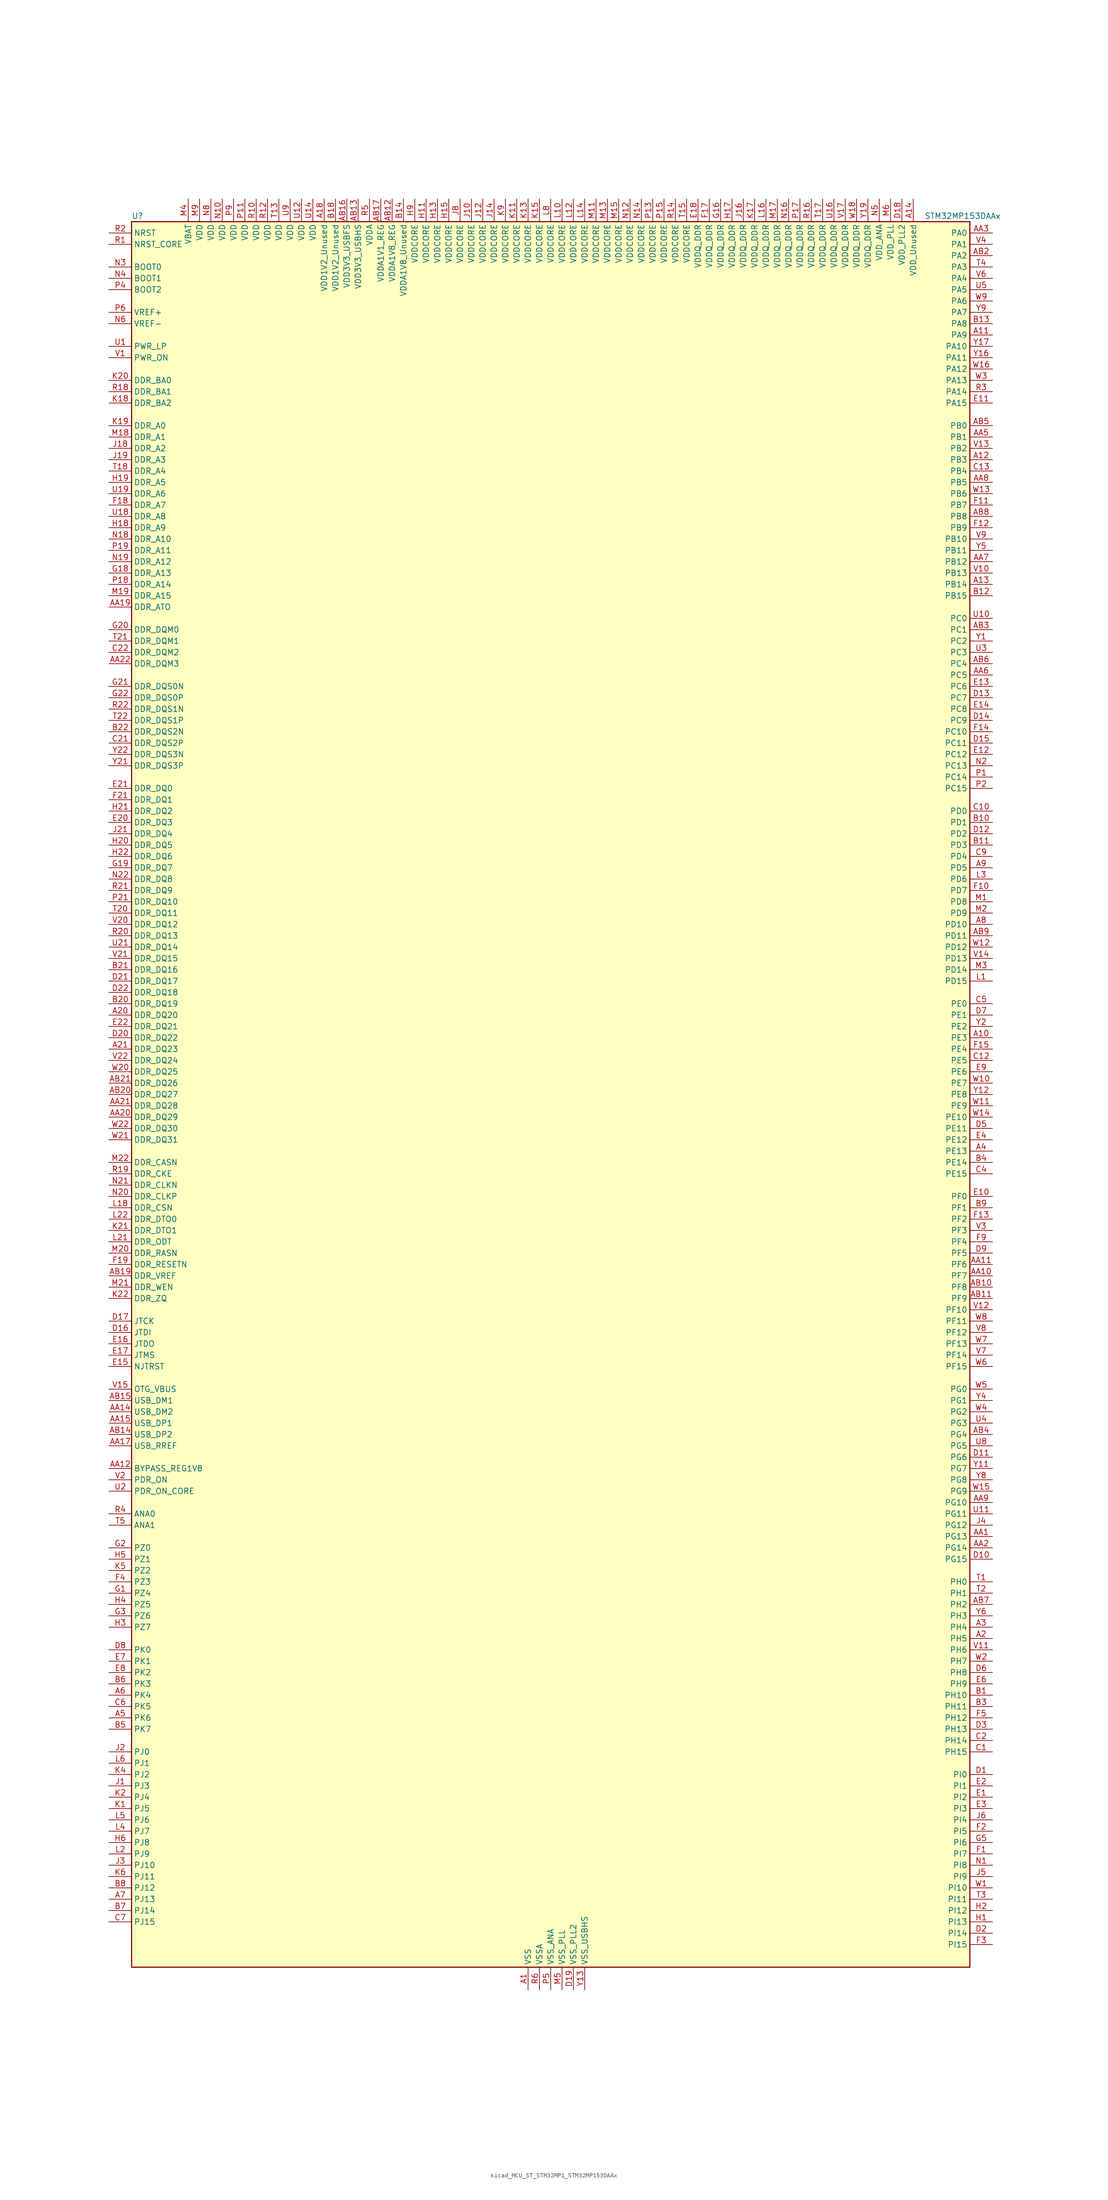
<source format=kicad_sym>
(kicad_symbol_lib
  (version 20220914)
  (generator kicad_symbol_editor)
  (symbol "kicad_MCU_ST_STM32MP1_STM32MP153DAAx"
    (property "Reference" "U"
      (at -93.98 196.85 0)
      (effects (font (size 1.27 1.27)) (justify left)))
    (property "Value" "STM32MP153DAAx"
      (at 83.82 196.85 0)
      (effects (font (size 1.27 1.27)) (justify left)))
    (property "ki_locked" ""
      (at 0 0 0)
      (effects (font (size 1.27 1.27))))
    (symbol "kicad_MCU_ST_STM32MP1_STM32MP153DAAx_0_1"
      (rectangle (start -93.98 -195.58) (end 93.98 195.58) (stroke (width 0.254) (type default)) (fill (type background))))
    (symbol "kicad_MCU_ST_STM32MP1_STM32MP153DAAx_1_1"
      (pin power_in line (at -5.08 -200.66 90) (length 5.08) (name "VSS" (effects (font (size 1.27 1.27)))) (number "A1" (effects (font (size 1.27 1.27)))))
      (pin bidirectional line (at 99.06 12.7 180) (length 5.08) (name "PE3" (effects (font (size 1.27 1.27)))) (number "A10" (effects (font (size 1.27 1.27)))) (alternate "DEBUG_TRACED0" bidirectional line) (alternate "FMC_A19" bidirectional line) (alternate "SAI1_SD_B" bidirectional line) (alternate "SDMMC2_CK" bidirectional line) (alternate "TIM15_BKIN" bidirectional line))
      (pin bidirectional line (at 99.06 170.18 180) (length 5.08) (name "PA9" (effects (font (size 1.27 1.27)))) (number "A11" (effects (font (size 1.27 1.27)))) (alternate "DAC1_EXTI9" bidirectional line) (alternate "DCMI_D0" bidirectional line) (alternate "I2C3_SMBA" bidirectional line) (alternate "I2S2_CK" bidirectional line) (alternate "LTDC_R5" bidirectional line) (alternate "SDMMC2_CDIR" bidirectional line) (alternate "SDMMC2_D5" bidirectional line) (alternate "SPI2_SCK" bidirectional line) (alternate "TIM1_CH2" bidirectional line) (alternate "USART1_TX" bidirectional line))
      (pin bidirectional line (at 99.06 142.24 180) (length 5.08) (name "PB3" (effects (font (size 1.27 1.27)))) (number "A12" (effects (font (size 1.27 1.27)))) (alternate "DEBUG_TRACED9" bidirectional line) (alternate "I2S1_CK" bidirectional line) (alternate "I2S3_CK" bidirectional line) (alternate "SAI4_CK1" bidirectional line) (alternate "SAI4_MCLK_A" bidirectional line) (alternate "SDMMC2_D2" bidirectional line) (alternate "SPI1_SCK" bidirectional line) (alternate "SPI3_SCK" bidirectional line) (alternate "SPI6_SCK" bidirectional line) (alternate "TIM2_CH2" bidirectional line) (alternate "UART7_RX" bidirectional line))
      (pin bidirectional line (at 99.06 114.3 180) (length 5.08) (name "PB14" (effects (font (size 1.27 1.27)))) (number "A13" (effects (font (size 1.27 1.27)))) (alternate "DFSDM1_DATIN2" bidirectional line) (alternate "I2S2_SDI" bidirectional line) (alternate "SDMMC2_D0" bidirectional line) (alternate "SPI2_MISO" bidirectional line) (alternate "TIM12_CH1" bidirectional line) (alternate "TIM1_CH2N" bidirectional line) (alternate "TIM8_CH2N" bidirectional line) (alternate "USART1_TX" bidirectional line) (alternate "USART3_DE" bidirectional line) (alternate "USART3_RTS" bidirectional line))
      (pin power_in line (at 81.28 200.66 270) (length 5.08) (name "VDD_Unused" (effects (font (size 1.27 1.27)))) (number "A14" (effects (font (size 1.27 1.27)))))
      (pin no_connect line (at -93.98 -195.58 0) (length 5.08) hide (name "DNU" (effects (font (size 1.27 1.27)))) (number "A15" (effects (font (size 1.27 1.27)))))
      (pin no_connect line (at -93.98 -193.04 0) (length 5.08) hide (name "DNU" (effects (font (size 1.27 1.27)))) (number "A16" (effects (font (size 1.27 1.27)))))
      (pin no_connect line (at -93.98 -190.5 0) (length 5.08) hide (name "DNU" (effects (font (size 1.27 1.27)))) (number "A17" (effects (font (size 1.27 1.27)))))
      (pin power_in line (at -50.8 200.66 270) (length 5.08) (name "VDD1V2_Unused" (effects (font (size 1.27 1.27)))) (number "A18" (effects (font (size 1.27 1.27)))))
      (pin passive line (at -5.08 -200.66 90) (length 5.08) hide (name "VSS" (effects (font (size 1.27 1.27)))) (number "A19" (effects (font (size 1.27 1.27)))))
      (pin bidirectional line (at 99.06 -121.92 180) (length 5.08) (name "PH5" (effects (font (size 1.27 1.27)))) (number "A2" (effects (font (size 1.27 1.27)))) (alternate "I2C2_SDA" bidirectional line) (alternate "SAI4_SD_B" bidirectional line) (alternate "SPI5_NSS" bidirectional line))
      (pin bidirectional line (at -99.06 17.78 0) (length 5.08) (name "DDR_DQ20" (effects (font (size 1.27 1.27)))) (number "A20" (effects (font (size 1.27 1.27)))) (alternate "DDR_DQ20" bidirectional line))
      (pin bidirectional line (at -99.06 10.16 0) (length 5.08) (name "DDR_DQ23" (effects (font (size 1.27 1.27)))) (number "A21" (effects (font (size 1.27 1.27)))) (alternate "DDR_DQ23" bidirectional line))
      (pin passive line (at -5.08 -200.66 90) (length 5.08) hide (name "VSS" (effects (font (size 1.27 1.27)))) (number "A22" (effects (font (size 1.27 1.27)))))
      (pin bidirectional line (at 99.06 -119.38 180) (length 5.08) (name "PH4" (effects (font (size 1.27 1.27)))) (number "A3" (effects (font (size 1.27 1.27)))) (alternate "I2C2_SCL" bidirectional line) (alternate "LTDC_G4" bidirectional line) (alternate "LTDC_G5" bidirectional line))
      (pin bidirectional line (at 99.06 -12.7 180) (length 5.08) (name "PE13" (effects (font (size 1.27 1.27)))) (number "A4" (effects (font (size 1.27 1.27)))) (alternate "DCMI_D6" bidirectional line) (alternate "DFSDM1_CKIN5" bidirectional line) (alternate "FMC_D10" bidirectional line) (alternate "FMC_DA10" bidirectional line) (alternate "HDP_HDP2" bidirectional line) (alternate "LTDC_DE" bidirectional line) (alternate "SAI2_FS_B" bidirectional line) (alternate "SPI4_MISO" bidirectional line) (alternate "TIM1_CH3" bidirectional line))
      (pin bidirectional line (at -99.06 -139.7 0) (length 5.08) (name "PK6" (effects (font (size 1.27 1.27)))) (number "A5" (effects (font (size 1.27 1.27)))) (alternate "DEBUG_TRACED7" bidirectional line) (alternate "HDP_HDP7" bidirectional line) (alternate "LTDC_B7" bidirectional line))
      (pin bidirectional line (at -99.06 -134.62 0) (length 5.08) (name "PK4" (effects (font (size 1.27 1.27)))) (number "A6" (effects (font (size 1.27 1.27)))) (alternate "LTDC_B5" bidirectional line))
      (pin bidirectional line (at -99.06 -180.34 0) (length 5.08) (name "PJ13" (effects (font (size 1.27 1.27)))) (number "A7" (effects (font (size 1.27 1.27)))) (alternate "LTDC_B1" bidirectional line) (alternate "LTDC_G4" bidirectional line))
      (pin bidirectional line (at 99.06 38.1 180) (length 5.08) (name "PD10" (effects (font (size 1.27 1.27)))) (number "A8" (effects (font (size 1.27 1.27)))) (alternate "DFSDM1_CKOUT" bidirectional line) (alternate "FMC_D15" bidirectional line) (alternate "FMC_DA15" bidirectional line) (alternate "I2C5_SMBA" bidirectional line) (alternate "I2S3_SDI" bidirectional line) (alternate "LTDC_B3" bidirectional line) (alternate "RTC_REFIN" bidirectional line) (alternate "SAI3_FS_B" bidirectional line) (alternate "SPI3_MISO" bidirectional line) (alternate "TIM16_BKIN" bidirectional line) (alternate "USART3_CK" bidirectional line))
      (pin bidirectional line (at 99.06 50.8 180) (length 5.08) (name "PD5" (effects (font (size 1.27 1.27)))) (number "A9" (effects (font (size 1.27 1.27)))) (alternate "FMC_NWE" bidirectional line) (alternate "SDMMC3_D2" bidirectional line) (alternate "USART2_TX" bidirectional line))
      (pin bidirectional line (at 99.06 -99.06 180) (length 5.08) (name "PG13" (effects (font (size 1.27 1.27)))) (number "AA1" (effects (font (size 1.27 1.27)))) (alternate "DEBUG_TRACED0" bidirectional line) (alternate "ETH1_TXD0" bidirectional line) (alternate "FMC_A24" bidirectional line) (alternate "LPTIM1_OUT" bidirectional line) (alternate "LTDC_R0" bidirectional line) (alternate "SAI1_CK2" bidirectional line) (alternate "SAI1_SCK_A" bidirectional line) (alternate "SAI4_CK1" bidirectional line) (alternate "SAI4_MCLK_A" bidirectional line) (alternate "SPI6_SCK" bidirectional line) (alternate "USART6_CTS" bidirectional line) (alternate "USART6_NSS" bidirectional line))
      (pin bidirectional line (at 99.06 -40.64 180) (length 5.08) (name "PF7" (effects (font (size 1.27 1.27)))) (number "AA10" (effects (font (size 1.27 1.27)))) (alternate "QUADSPI_BK1_IO2" bidirectional line) (alternate "SAI1_MCLK_B" bidirectional line) (alternate "SPI5_SCK" bidirectional line) (alternate "TIM17_CH1" bidirectional line) (alternate "UART7_TX" bidirectional line))
      (pin bidirectional line (at 99.06 -38.1 180) (length 5.08) (name "PF6" (effects (font (size 1.27 1.27)))) (number "AA11" (effects (font (size 1.27 1.27)))) (alternate "QUADSPI_BK1_IO3" bidirectional line) (alternate "SAI1_SD_B" bidirectional line) (alternate "SAI4_SCK_B" bidirectional line) (alternate "SPI5_NSS" bidirectional line) (alternate "TIM16_CH1" bidirectional line) (alternate "UART7_RX" bidirectional line))
      (pin bidirectional line (at -99.06 -83.82 0) (length 5.08) (name "BYPASS_REG1V8" (effects (font (size 1.27 1.27)))) (number "AA12" (effects (font (size 1.27 1.27)))))
      (pin passive line (at 7.62 -200.66 90) (length 5.08) hide (name "VSS_USBHS" (effects (font (size 1.27 1.27)))) (number "AA13" (effects (font (size 1.27 1.27)))))
      (pin bidirectional line (at -99.06 -71.12 0) (length 5.08) (name "USB_DM2" (effects (font (size 1.27 1.27)))) (number "AA14" (effects (font (size 1.27 1.27)))) (alternate "USBH_HS2_DM" bidirectional line) (alternate "USB_OTG_HS_DM" bidirectional line))
      (pin bidirectional line (at -99.06 -73.66 0) (length 5.08) (name "USB_DP1" (effects (font (size 1.27 1.27)))) (number "AA15" (effects (font (size 1.27 1.27)))) (alternate "USBH_HS1_DP" bidirectional line))
      (pin passive line (at 7.62 -200.66 90) (length 5.08) hide (name "VSS_USBHS" (effects (font (size 1.27 1.27)))) (number "AA16" (effects (font (size 1.27 1.27)))))
      (pin bidirectional line (at -99.06 -78.74 0) (length 5.08) (name "USB_RREF" (effects (font (size 1.27 1.27)))) (number "AA17" (effects (font (size 1.27 1.27)))))
      (pin passive line (at -5.08 -200.66 90) (length 5.08) hide (name "VSS" (effects (font (size 1.27 1.27)))) (number "AA18" (effects (font (size 1.27 1.27)))))
      (pin bidirectional line (at -99.06 109.22 0) (length 5.08) (name "DDR_ATO" (effects (font (size 1.27 1.27)))) (number "AA19" (effects (font (size 1.27 1.27)))) (alternate "DDR_ATO" bidirectional line))
      (pin bidirectional line (at 99.06 -101.6 180) (length 5.08) (name "PG14" (effects (font (size 1.27 1.27)))) (number "AA2" (effects (font (size 1.27 1.27)))) (alternate "DEBUG_TRACED1" bidirectional line) (alternate "ETH1_TXD1" bidirectional line) (alternate "FMC_A25" bidirectional line) (alternate "LPTIM1_ETR" bidirectional line) (alternate "LTDC_B0" bidirectional line) (alternate "QUADSPI_BK2_IO3" bidirectional line) (alternate "SAI4_D1" bidirectional line) (alternate "SAI4_SD_A" bidirectional line) (alternate "SPI6_MOSI" bidirectional line) (alternate "USART6_TX" bidirectional line))
      (pin bidirectional line (at -99.06 -5.08 0) (length 5.08) (name "DDR_DQ29" (effects (font (size 1.27 1.27)))) (number "AA20" (effects (font (size 1.27 1.27)))) (alternate "DDR_DQ29" bidirectional line))
      (pin bidirectional line (at -99.06 -2.54 0) (length 5.08) (name "DDR_DQ28" (effects (font (size 1.27 1.27)))) (number "AA21" (effects (font (size 1.27 1.27)))) (alternate "DDR_DQ28" bidirectional line))
      (pin bidirectional line (at -99.06 96.52 0) (length 5.08) (name "DDR_DQM3" (effects (font (size 1.27 1.27)))) (number "AA22" (effects (font (size 1.27 1.27)))) (alternate "DDR_DQM3" bidirectional line))
      (pin bidirectional line (at 99.06 193.04 180) (length 5.08) (name "PA0" (effects (font (size 1.27 1.27)))) (number "AA3" (effects (font (size 1.27 1.27)))) (alternate "ADC1_INP16" bidirectional line) (alternate "ETH1_CRS" bidirectional line) (alternate "PWR_WKUP1" bidirectional line) (alternate "SAI2_SD_B" bidirectional line) (alternate "SDMMC2_CMD" bidirectional line) (alternate "TIM15_BKIN" bidirectional line) (alternate "TIM2_CH1" bidirectional line) (alternate "TIM2_ETR" bidirectional line) (alternate "TIM5_CH1" bidirectional line) (alternate "TIM8_ETR" bidirectional line) (alternate "UART4_TX" bidirectional line) (alternate "USART2_CTS" bidirectional line) (alternate "USART2_NSS" bidirectional line))
      (pin passive line (at -5.08 -200.66 90) (length 5.08) hide (name "VSS" (effects (font (size 1.27 1.27)))) (number "AA4" (effects (font (size 1.27 1.27)))))
      (pin bidirectional line (at 99.06 147.32 180) (length 5.08) (name "PB1" (effects (font (size 1.27 1.27)))) (number "AA5" (effects (font (size 1.27 1.27)))) (alternate "ADC1_INP5" bidirectional line) (alternate "ADC2_INP5" bidirectional line) (alternate "DFSDM1_DATIN1" bidirectional line) (alternate "ETH1_RXD3" bidirectional line) (alternate "LTDC_G0" bidirectional line) (alternate "LTDC_R6" bidirectional line) (alternate "TIM1_CH3N" bidirectional line) (alternate "TIM3_CH4" bidirectional line) (alternate "TIM8_CH3N" bidirectional line))
      (pin bidirectional line (at 99.06 93.98 180) (length 5.08) (name "PC5" (effects (font (size 1.27 1.27)))) (number "AA6" (effects (font (size 1.27 1.27)))) (alternate "ADC1_INN4" bidirectional line) (alternate "ADC1_INP8" bidirectional line) (alternate "ADC2_INN4" bidirectional line) (alternate "ADC2_INP8" bidirectional line) (alternate "DFSDM1_DATIN2" bidirectional line) (alternate "ETH1_RXD1" bidirectional line) (alternate "SAI1_D3" bidirectional line) (alternate "SAI1_D4" bidirectional line) (alternate "SAI4_D3" bidirectional line) (alternate "SAI4_D4" bidirectional line) (alternate "SPDIFRX_IN3" bidirectional line))
      (pin bidirectional line (at 99.06 119.38 180) (length 5.08) (name "PB12" (effects (font (size 1.27 1.27)))) (number "AA7" (effects (font (size 1.27 1.27)))) (alternate "DFSDM1_DATIN1" bidirectional line) (alternate "ETH1_TXD0" bidirectional line) (alternate "FDCAN2_RX" bidirectional line) (alternate "I2C2_SMBA" bidirectional line) (alternate "I2C6_SMBA" bidirectional line) (alternate "I2S2_WS" bidirectional line) (alternate "SPI2_NSS" bidirectional line) (alternate "TIM1_BKIN" bidirectional line) (alternate "UART5_RX" bidirectional line) (alternate "USART3_CK" bidirectional line) (alternate "USART3_RX" bidirectional line))
      (pin bidirectional line (at 99.06 137.16 180) (length 5.08) (name "PB5" (effects (font (size 1.27 1.27)))) (number "AA8" (effects (font (size 1.27 1.27)))) (alternate "DCMI_D10" bidirectional line) (alternate "ETH1_CLK" bidirectional line) (alternate "ETH1_PPS_OUT" bidirectional line) (alternate "FDCAN2_RX" bidirectional line) (alternate "I2C1_SMBA" bidirectional line) (alternate "I2C4_SMBA" bidirectional line) (alternate "I2S1_SDO" bidirectional line) (alternate "I2S3_SDO" bidirectional line) (alternate "LTDC_G7" bidirectional line) (alternate "SAI4_D1" bidirectional line) (alternate "SAI4_SD_A" bidirectional line) (alternate "SPI1_MOSI" bidirectional line) (alternate "SPI3_MOSI" bidirectional line) (alternate "SPI6_MOSI" bidirectional line) (alternate "TIM17_BKIN" bidirectional line) (alternate "TIM3_CH2" bidirectional line) (alternate "UART5_RX" bidirectional line))
      (pin bidirectional line (at 99.06 -91.44 180) (length 5.08) (name "PG10" (effects (font (size 1.27 1.27)))) (number "AA9" (effects (font (size 1.27 1.27)))) (alternate "DCMI_D2" bidirectional line) (alternate "DEBUG_TRACED10" bidirectional line) (alternate "FMC_NE3" bidirectional line) (alternate "LTDC_B2" bidirectional line) (alternate "LTDC_G3" bidirectional line) (alternate "QUADSPI_BK2_IO2" bidirectional line) (alternate "SAI2_SD_B" bidirectional line) (alternate "UART8_CTS" bidirectional line))
      (pin passive line (at -5.08 -200.66 90) (length 5.08) hide (name "VSS" (effects (font (size 1.27 1.27)))) (number "AB1" (effects (font (size 1.27 1.27)))))
      (pin bidirectional line (at 99.06 -43.18 180) (length 5.08) (name "PF8" (effects (font (size 1.27 1.27)))) (number "AB10" (effects (font (size 1.27 1.27)))) (alternate "DEBUG_TRACED12" bidirectional line) (alternate "QUADSPI_BK1_IO0" bidirectional line) (alternate "SAI1_SCK_B" bidirectional line) (alternate "SPI5_MISO" bidirectional line) (alternate "TIM13_CH1" bidirectional line) (alternate "TIM16_CH1N" bidirectional line) (alternate "UART7_DE" bidirectional line) (alternate "UART7_RTS" bidirectional line))
      (pin bidirectional line (at 99.06 -45.72 180) (length 5.08) (name "PF9" (effects (font (size 1.27 1.27)))) (number "AB11" (effects (font (size 1.27 1.27)))) (alternate "DAC1_EXTI9" bidirectional line) (alternate "DEBUG_TRACED13" bidirectional line) (alternate "QUADSPI_BK1_IO1" bidirectional line) (alternate "SAI1_FS_B" bidirectional line) (alternate "SPI5_MOSI" bidirectional line) (alternate "TIM14_CH1" bidirectional line) (alternate "TIM17_CH1N" bidirectional line) (alternate "UART7_CTS" bidirectional line))
      (pin power_in line (at -35.56 200.66 270) (length 5.08) (name "VDDA1V8_REG" (effects (font (size 1.27 1.27)))) (number "AB12" (effects (font (size 1.27 1.27)))))
      (pin power_in line (at -43.18 200.66 270) (length 5.08) (name "VDD3V3_USBHS" (effects (font (size 1.27 1.27)))) (number "AB13" (effects (font (size 1.27 1.27)))))
      (pin bidirectional line (at -99.06 -76.2 0) (length 5.08) (name "USB_DP2" (effects (font (size 1.27 1.27)))) (number "AB14" (effects (font (size 1.27 1.27)))) (alternate "USBH_HS2_DP" bidirectional line) (alternate "USB_OTG_HS_DP" bidirectional line))
      (pin bidirectional line (at -99.06 -68.58 0) (length 5.08) (name "USB_DM1" (effects (font (size 1.27 1.27)))) (number "AB15" (effects (font (size 1.27 1.27)))) (alternate "USBH_HS1_DM" bidirectional line))
      (pin power_in line (at -45.72 200.66 270) (length 5.08) (name "VDD3V3_USBFS" (effects (font (size 1.27 1.27)))) (number "AB16" (effects (font (size 1.27 1.27)))))
      (pin power_in line (at -38.1 200.66 270) (length 5.08) (name "VDDA1V1_REG" (effects (font (size 1.27 1.27)))) (number "AB17" (effects (font (size 1.27 1.27)))))
      (pin passive line (at -5.08 -200.66 90) (length 5.08) hide (name "VSS" (effects (font (size 1.27 1.27)))) (number "AB18" (effects (font (size 1.27 1.27)))))
      (pin bidirectional line (at -99.06 -40.64 0) (length 5.08) (name "DDR_VREF" (effects (font (size 1.27 1.27)))) (number "AB19" (effects (font (size 1.27 1.27)))) (alternate "DDR_VREF" bidirectional line))
      (pin bidirectional line (at 99.06 187.96 180) (length 5.08) (name "PA2" (effects (font (size 1.27 1.27)))) (number "AB2" (effects (font (size 1.27 1.27)))) (alternate "ADC1_INP14" bidirectional line) (alternate "ETH1_MDIO" bidirectional line) (alternate "LPTIM4_OUT" bidirectional line) (alternate "LTDC_R1" bidirectional line) (alternate "PWR_WKUP2" bidirectional line) (alternate "SAI2_SCK_B" bidirectional line) (alternate "SDMMC2_D0DIR" bidirectional line) (alternate "TIM15_CH1" bidirectional line) (alternate "TIM2_CH3" bidirectional line) (alternate "TIM5_CH3" bidirectional line) (alternate "USART2_TX" bidirectional line))
      (pin bidirectional line (at -99.06 0 0) (length 5.08) (name "DDR_DQ27" (effects (font (size 1.27 1.27)))) (number "AB20" (effects (font (size 1.27 1.27)))) (alternate "DDR_DQ27" bidirectional line))
      (pin bidirectional line (at -99.06 2.54 0) (length 5.08) (name "DDR_DQ26" (effects (font (size 1.27 1.27)))) (number "AB21" (effects (font (size 1.27 1.27)))) (alternate "DDR_DQ26" bidirectional line))
      (pin passive line (at -5.08 -200.66 90) (length 5.08) hide (name "VSS" (effects (font (size 1.27 1.27)))) (number "AB22" (effects (font (size 1.27 1.27)))))
      (pin bidirectional line (at 99.06 104.14 180) (length 5.08) (name "PC1" (effects (font (size 1.27 1.27)))) (number "AB3" (effects (font (size 1.27 1.27)))) (alternate "ADC1_INN10" bidirectional line) (alternate "ADC1_INP11" bidirectional line) (alternate "ADC2_INN10" bidirectional line) (alternate "ADC2_INP11" bidirectional line) (alternate "DEBUG_TRACED0" bidirectional line) (alternate "DFSDM1_CKIN4" bidirectional line) (alternate "DFSDM1_DATIN0" bidirectional line) (alternate "ETH1_MDC" bidirectional line) (alternate "I2S2_SDO" bidirectional line) (alternate "PWR_WKUP6" bidirectional line) (alternate "SAI1_D1" bidirectional line) (alternate "SAI1_SD_A" bidirectional line) (alternate "SDMMC2_CK" bidirectional line) (alternate "SPI2_MOSI" bidirectional line) (alternate "TAMP_IN3" bidirectional line))
      (pin bidirectional line (at 99.06 -76.2 180) (length 5.08) (name "PG4" (effects (font (size 1.27 1.27)))) (number "AB4" (effects (font (size 1.27 1.27)))) (alternate "ETH1_GTX_CLK" bidirectional line) (alternate "FMC_A14" bidirectional line) (alternate "TIM1_BKIN2" bidirectional line))
      (pin bidirectional line (at 99.06 149.86 180) (length 5.08) (name "PB0" (effects (font (size 1.27 1.27)))) (number "AB5" (effects (font (size 1.27 1.27)))) (alternate "ADC1_INN5" bidirectional line) (alternate "ADC1_INP9" bidirectional line) (alternate "ADC2_INN5" bidirectional line) (alternate "ADC2_INP9" bidirectional line) (alternate "DFSDM1_CKOUT" bidirectional line) (alternate "ETH1_RXD2" bidirectional line) (alternate "LTDC_G1" bidirectional line) (alternate "LTDC_R3" bidirectional line) (alternate "TIM1_CH2N" bidirectional line) (alternate "TIM3_CH3" bidirectional line) (alternate "TIM8_CH2N" bidirectional line) (alternate "UART4_CTS" bidirectional line))
      (pin bidirectional line (at 99.06 96.52 180) (length 5.08) (name "PC4" (effects (font (size 1.27 1.27)))) (number "AB6" (effects (font (size 1.27 1.27)))) (alternate "ADC1_INP4" bidirectional line) (alternate "ADC2_INP4" bidirectional line) (alternate "DFSDM1_CKIN2" bidirectional line) (alternate "ETH1_RXD0" bidirectional line) (alternate "I2S1_MCK" bidirectional line) (alternate "SPDIFRX_IN2" bidirectional line))
      (pin bidirectional line (at 99.06 -114.3 180) (length 5.08) (name "PH2" (effects (font (size 1.27 1.27)))) (number "AB7" (effects (font (size 1.27 1.27)))) (alternate "ETH1_CRS" bidirectional line) (alternate "LPTIM1_IN2" bidirectional line) (alternate "LTDC_R0" bidirectional line) (alternate "QUADSPI_BK2_IO0" bidirectional line) (alternate "SAI2_SCK_B" bidirectional line))
      (pin bidirectional line (at 99.06 129.54 180) (length 5.08) (name "PB8" (effects (font (size 1.27 1.27)))) (number "AB8" (effects (font (size 1.27 1.27)))) (alternate "DCMI_D6" bidirectional line) (alternate "DFSDM1_CKIN7" bidirectional line) (alternate "ETH1_TXD3" bidirectional line) (alternate "FDCAN1_RX" bidirectional line) (alternate "HDP_HDP6" bidirectional line) (alternate "I2C1_SCL" bidirectional line) (alternate "I2C4_SCL" bidirectional line) (alternate "LTDC_B6" bidirectional line) (alternate "SDMMC1_CKIN" bidirectional line) (alternate "SDMMC1_D4" bidirectional line) (alternate "SDMMC2_CKIN" bidirectional line) (alternate "SDMMC2_D4" bidirectional line) (alternate "TIM16_CH1" bidirectional line) (alternate "TIM4_CH3" bidirectional line) (alternate "UART4_RX" bidirectional line))
      (pin bidirectional line (at 99.06 35.56 180) (length 5.08) (name "PD11" (effects (font (size 1.27 1.27)))) (number "AB9" (effects (font (size 1.27 1.27)))) (alternate "ADC1_EXTI11" bidirectional line) (alternate "ADC2_EXTI11" bidirectional line) (alternate "FMC_A16" bidirectional line) (alternate "FMC_CLE" bidirectional line) (alternate "I2C1_SMBA" bidirectional line) (alternate "I2C4_SMBA" bidirectional line) (alternate "LPTIM2_IN2" bidirectional line) (alternate "QUADSPI_BK1_IO0" bidirectional line) (alternate "SAI2_SD_A" bidirectional line) (alternate "USART3_CTS" bidirectional line) (alternate "USART3_NSS" bidirectional line))
      (pin bidirectional line (at 99.06 -134.62 180) (length 5.08) (name "PH10" (effects (font (size 1.27 1.27)))) (number "B1" (effects (font (size 1.27 1.27)))) (alternate "DCMI_D1" bidirectional line) (alternate "I2C1_SMBA" bidirectional line) (alternate "I2C4_SMBA" bidirectional line) (alternate "LTDC_R4" bidirectional line) (alternate "TIM5_CH1" bidirectional line))
      (pin bidirectional line (at 99.06 60.96 180) (length 5.08) (name "PD1" (effects (font (size 1.27 1.27)))) (number "B10" (effects (font (size 1.27 1.27)))) (alternate "DFSDM1_CKIN7" bidirectional line) (alternate "DFSDM1_DATIN6" bidirectional line) (alternate "FDCAN1_TX" bidirectional line) (alternate "FMC_D3" bidirectional line) (alternate "FMC_DA3" bidirectional line) (alternate "I2C5_SCL" bidirectional line) (alternate "I2C6_SCL" bidirectional line) (alternate "SAI3_SD_A" bidirectional line) (alternate "SDMMC3_D0" bidirectional line) (alternate "UART4_TX" bidirectional line))
      (pin bidirectional line (at 99.06 55.88 180) (length 5.08) (name "PD3" (effects (font (size 1.27 1.27)))) (number "B11" (effects (font (size 1.27 1.27)))) (alternate "DCMI_D5" bidirectional line) (alternate "DFSDM1_CKOUT" bidirectional line) (alternate "DFSDM1_DATIN0" bidirectional line) (alternate "FMC_CLK" bidirectional line) (alternate "HDP_HDP5" bidirectional line) (alternate "I2S2_CK" bidirectional line) (alternate "LTDC_G7" bidirectional line) (alternate "SDMMC1_D123DIR" bidirectional line) (alternate "SDMMC1_D7" bidirectional line) (alternate "SDMMC2_D123DIR" bidirectional line) (alternate "SDMMC2_D7" bidirectional line) (alternate "SPI2_SCK" bidirectional line) (alternate "USART2_CTS" bidirectional line) (alternate "USART2_NSS" bidirectional line))
      (pin bidirectional line (at 99.06 111.76 180) (length 5.08) (name "PB15" (effects (font (size 1.27 1.27)))) (number "B12" (effects (font (size 1.27 1.27)))) (alternate "ADC1_EXTI15" bidirectional line) (alternate "ADC2_EXTI15" bidirectional line) (alternate "DFSDM1_CKIN2" bidirectional line) (alternate "I2S2_SDO" bidirectional line) (alternate "RTC_REFIN" bidirectional line) (alternate "SDMMC2_D1" bidirectional line) (alternate "SPI2_MOSI" bidirectional line) (alternate "TIM12_CH2" bidirectional line) (alternate "TIM1_CH3N" bidirectional line) (alternate "TIM8_CH3N" bidirectional line) (alternate "USART1_RX" bidirectional line))
      (pin bidirectional line (at 99.06 172.72 180) (length 5.08) (name "PA8" (effects (font (size 1.27 1.27)))) (number "B13" (effects (font (size 1.27 1.27)))) (alternate "I2C3_SCL" bidirectional line) (alternate "I2S3_SDO" bidirectional line) (alternate "LTDC_R6" bidirectional line) (alternate "RCC_MCO_1" bidirectional line) (alternate "SAI4_SD_B" bidirectional line) (alternate "SDMMC2_CKIN" bidirectional line) (alternate "SDMMC2_D4" bidirectional line) (alternate "SPI3_MOSI" bidirectional line) (alternate "TIM1_CH1" bidirectional line) (alternate "TIM8_BKIN2" bidirectional line) (alternate "UART7_RX" bidirectional line) (alternate "USART1_CK" bidirectional line) (alternate "USB_OTG_HS_SOF" bidirectional line))
      (pin power_in line (at -33.02 200.66 270) (length 5.08) (name "VDDA1V8_Unused" (effects (font (size 1.27 1.27)))) (number "B14" (effects (font (size 1.27 1.27)))))
      (pin no_connect line (at -93.98 -187.96 0) (length 5.08) hide (name "DNU" (effects (font (size 1.27 1.27)))) (number "B15" (effects (font (size 1.27 1.27)))))
      (pin no_connect line (at -93.98 -185.42 0) (length 5.08) hide (name "DNU" (effects (font (size 1.27 1.27)))) (number "B16" (effects (font (size 1.27 1.27)))))
      (pin no_connect line (at -93.98 -182.88 0) (length 5.08) hide (name "DNU" (effects (font (size 1.27 1.27)))) (number "B17" (effects (font (size 1.27 1.27)))))
      (pin power_in line (at -48.26 200.66 270) (length 5.08) (name "VDD1V2_Unused" (effects (font (size 1.27 1.27)))) (number "B18" (effects (font (size 1.27 1.27)))))
      (pin passive line (at -5.08 -200.66 90) (length 5.08) hide (name "VSS" (effects (font (size 1.27 1.27)))) (number "B19" (effects (font (size 1.27 1.27)))))
      (pin passive line (at -5.08 -200.66 90) (length 5.08) hide (name "VSS" (effects (font (size 1.27 1.27)))) (number "B2" (effects (font (size 1.27 1.27)))))
      (pin bidirectional line (at -99.06 20.32 0) (length 5.08) (name "DDR_DQ19" (effects (font (size 1.27 1.27)))) (number "B20" (effects (font (size 1.27 1.27)))) (alternate "DDR_DQ19" bidirectional line))
      (pin bidirectional line (at -99.06 27.94 0) (length 5.08) (name "DDR_DQ16" (effects (font (size 1.27 1.27)))) (number "B21" (effects (font (size 1.27 1.27)))) (alternate "DDR_DQ16" bidirectional line))
      (pin bidirectional line (at -99.06 81.28 0) (length 5.08) (name "DDR_DQS2N" (effects (font (size 1.27 1.27)))) (number "B22" (effects (font (size 1.27 1.27)))) (alternate "DDR_DQS2N" bidirectional line))
      (pin bidirectional line (at 99.06 -137.16 180) (length 5.08) (name "PH11" (effects (font (size 1.27 1.27)))) (number "B3" (effects (font (size 1.27 1.27)))) (alternate "ADC1_EXTI11" bidirectional line) (alternate "ADC2_EXTI11" bidirectional line) (alternate "DCMI_D2" bidirectional line) (alternate "I2C1_SCL" bidirectional line) (alternate "I2C4_SCL" bidirectional line) (alternate "LTDC_R5" bidirectional line) (alternate "TIM5_CH2" bidirectional line))
      (pin bidirectional line (at 99.06 -15.24 180) (length 5.08) (name "PE14" (effects (font (size 1.27 1.27)))) (number "B4" (effects (font (size 1.27 1.27)))) (alternate "FMC_D11" bidirectional line) (alternate "FMC_DA11" bidirectional line) (alternate "LTDC_CLK" bidirectional line) (alternate "LTDC_G0" bidirectional line) (alternate "SAI2_MCLK_B" bidirectional line) (alternate "SDMMC1_D123DIR" bidirectional line) (alternate "SPI4_MOSI" bidirectional line) (alternate "TIM1_CH4" bidirectional line) (alternate "UART8_DE" bidirectional line) (alternate "UART8_RTS" bidirectional line))
      (pin bidirectional line (at -99.06 -142.24 0) (length 5.08) (name "PK7" (effects (font (size 1.27 1.27)))) (number "B5" (effects (font (size 1.27 1.27)))) (alternate "LTDC_DE" bidirectional line))
      (pin bidirectional line (at -99.06 -132.08 0) (length 5.08) (name "PK3" (effects (font (size 1.27 1.27)))) (number "B6" (effects (font (size 1.27 1.27)))) (alternate "LTDC_B4" bidirectional line))
      (pin bidirectional line (at -99.06 -182.88 0) (length 5.08) (name "PJ14" (effects (font (size 1.27 1.27)))) (number "B7" (effects (font (size 1.27 1.27)))) (alternate "LTDC_B2" bidirectional line))
      (pin bidirectional line (at -99.06 -177.8 0) (length 5.08) (name "PJ12" (effects (font (size 1.27 1.27)))) (number "B8" (effects (font (size 1.27 1.27)))) (alternate "LTDC_B0" bidirectional line) (alternate "LTDC_G3" bidirectional line))
      (pin bidirectional line (at 99.06 -25.4 180) (length 5.08) (name "PF1" (effects (font (size 1.27 1.27)))) (number "B9" (effects (font (size 1.27 1.27)))) (alternate "FMC_A1" bidirectional line) (alternate "I2C2_SCL" bidirectional line) (alternate "SDMMC3_CDIR" bidirectional line) (alternate "SDMMC3_CMD" bidirectional line))
      (pin bidirectional line (at 99.06 -147.32 180) (length 5.08) (name "PH15" (effects (font (size 1.27 1.27)))) (number "C1" (effects (font (size 1.27 1.27)))) (alternate "ADC1_EXTI15" bidirectional line) (alternate "ADC2_EXTI15" bidirectional line) (alternate "DCMI_D11" bidirectional line) (alternate "LTDC_G4" bidirectional line) (alternate "TIM8_CH3N" bidirectional line))
      (pin bidirectional line (at 99.06 63.5 180) (length 5.08) (name "PD0" (effects (font (size 1.27 1.27)))) (number "C10" (effects (font (size 1.27 1.27)))) (alternate "DFSDM1_CKIN6" bidirectional line) (alternate "DFSDM1_DATIN7" bidirectional line) (alternate "FDCAN1_RX" bidirectional line) (alternate "FMC_D2" bidirectional line) (alternate "FMC_DA2" bidirectional line) (alternate "I2C5_SDA" bidirectional line) (alternate "I2C6_SDA" bidirectional line) (alternate "SAI3_SCK_A" bidirectional line) (alternate "SDMMC3_CMD" bidirectional line) (alternate "UART4_RX" bidirectional line))
      (pin passive line (at -5.08 -200.66 90) (length 5.08) hide (name "VSS" (effects (font (size 1.27 1.27)))) (number "C11" (effects (font (size 1.27 1.27)))))
      (pin bidirectional line (at 99.06 7.62 180) (length 5.08) (name "PE5" (effects (font (size 1.27 1.27)))) (number "C12" (effects (font (size 1.27 1.27)))) (alternate "DCMI_D6" bidirectional line) (alternate "DEBUG_TRACED3" bidirectional line) (alternate "DFSDM1_CKIN3" bidirectional line) (alternate "FMC_A21" bidirectional line) (alternate "LTDC_G0" bidirectional line) (alternate "SAI1_CK2" bidirectional line) (alternate "SAI1_SCK_A" bidirectional line) (alternate "SDMMC1_D0DIR" bidirectional line) (alternate "SDMMC1_D6" bidirectional line) (alternate "SDMMC2_D0DIR" bidirectional line) (alternate "SDMMC2_D6" bidirectional line) (alternate "SPI4_MISO" bidirectional line) (alternate "TIM15_CH1" bidirectional line))
      (pin bidirectional line (at 99.06 139.7 180) (length 5.08) (name "PB4" (effects (font (size 1.27 1.27)))) (number "C13" (effects (font (size 1.27 1.27)))) (alternate "DEBUG_TRACED8" bidirectional line) (alternate "I2S1_SDI" bidirectional line) (alternate "I2S2_WS" bidirectional line) (alternate "I2S3_SDI" bidirectional line) (alternate "SAI4_CK2" bidirectional line) (alternate "SAI4_SCK_A" bidirectional line) (alternate "SDMMC2_D3" bidirectional line) (alternate "SPI1_MISO" bidirectional line) (alternate "SPI2_NSS" bidirectional line) (alternate "SPI3_MISO" bidirectional line) (alternate "SPI6_MISO" bidirectional line) (alternate "TIM16_BKIN" bidirectional line) (alternate "TIM3_CH1" bidirectional line) (alternate "UART7_TX" bidirectional line))
      (pin passive line (at -5.08 -200.66 90) (length 5.08) hide (name "VSS" (effects (font (size 1.27 1.27)))) (number "C14" (effects (font (size 1.27 1.27)))))
      (pin passive line (at -5.08 -200.66 90) (length 5.08) hide (name "VSS" (effects (font (size 1.27 1.27)))) (number "C15" (effects (font (size 1.27 1.27)))))
      (pin passive line (at -5.08 -200.66 90) (length 5.08) hide (name "VSS" (effects (font (size 1.27 1.27)))) (number "C16" (effects (font (size 1.27 1.27)))))
      (pin passive line (at -5.08 -200.66 90) (length 5.08) hide (name "VSS" (effects (font (size 1.27 1.27)))) (number "C17" (effects (font (size 1.27 1.27)))))
      (pin passive line (at -5.08 -200.66 90) (length 5.08) hide (name "VSS" (effects (font (size 1.27 1.27)))) (number "C18" (effects (font (size 1.27 1.27)))))
      (pin passive line (at -5.08 -200.66 90) (length 5.08) hide (name "VSS" (effects (font (size 1.27 1.27)))) (number "C19" (effects (font (size 1.27 1.27)))))
      (pin bidirectional line (at 99.06 -144.78 180) (length 5.08) (name "PH14" (effects (font (size 1.27 1.27)))) (number "C2" (effects (font (size 1.27 1.27)))) (alternate "DCMI_D4" bidirectional line) (alternate "FDCAN1_RX" bidirectional line) (alternate "LTDC_G3" bidirectional line) (alternate "TIM8_CH2N" bidirectional line) (alternate "UART4_RX" bidirectional line))
      (pin passive line (at -5.08 -200.66 90) (length 5.08) hide (name "VSS" (effects (font (size 1.27 1.27)))) (number "C20" (effects (font (size 1.27 1.27)))))
      (pin bidirectional line (at -99.06 78.74 0) (length 5.08) (name "DDR_DQS2P" (effects (font (size 1.27 1.27)))) (number "C21" (effects (font (size 1.27 1.27)))) (alternate "DDR_DQS2P" bidirectional line))
      (pin bidirectional line (at -99.06 99.06 0) (length 5.08) (name "DDR_DQM2" (effects (font (size 1.27 1.27)))) (number "C22" (effects (font (size 1.27 1.27)))) (alternate "DDR_DQM2" bidirectional line))
      (pin passive line (at -5.08 -200.66 90) (length 5.08) hide (name "VSS" (effects (font (size 1.27 1.27)))) (number "C3" (effects (font (size 1.27 1.27)))))
      (pin bidirectional line (at 99.06 -17.78 180) (length 5.08) (name "PE15" (effects (font (size 1.27 1.27)))) (number "C4" (effects (font (size 1.27 1.27)))) (alternate "ADC1_EXTI15" bidirectional line) (alternate "ADC2_EXTI15" bidirectional line) (alternate "FMC_D12" bidirectional line) (alternate "FMC_DA12" bidirectional line) (alternate "FMC_NCE2" bidirectional line) (alternate "HDP_HDP3" bidirectional line) (alternate "LTDC_R7" bidirectional line) (alternate "TIM15_BKIN" bidirectional line) (alternate "TIM1_BKIN" bidirectional line) (alternate "UART8_CTS" bidirectional line) (alternate "USART2_CTS" bidirectional line) (alternate "USART2_NSS" bidirectional line))
      (pin bidirectional line (at 99.06 20.32 180) (length 5.08) (name "PE0" (effects (font (size 1.27 1.27)))) (number "C5" (effects (font (size 1.27 1.27)))) (alternate "DCMI_D2" bidirectional line) (alternate "FMC_NBL0" bidirectional line) (alternate "I2S3_CK" bidirectional line) (alternate "LPTIM1_ETR" bidirectional line) (alternate "LPTIM2_ETR" bidirectional line) (alternate "SAI2_MCLK_A" bidirectional line) (alternate "SAI4_MCLK_B" bidirectional line) (alternate "SPI3_SCK" bidirectional line) (alternate "TIM4_ETR" bidirectional line) (alternate "UART8_RX" bidirectional line))
      (pin bidirectional line (at -99.06 -137.16 0) (length 5.08) (name "PK5" (effects (font (size 1.27 1.27)))) (number "C6" (effects (font (size 1.27 1.27)))) (alternate "DEBUG_TRACED6" bidirectional line) (alternate "HDP_HDP6" bidirectional line) (alternate "LTDC_B6" bidirectional line))
      (pin bidirectional line (at -99.06 -185.42 0) (length 5.08) (name "PJ15" (effects (font (size 1.27 1.27)))) (number "C7" (effects (font (size 1.27 1.27)))) (alternate "ADC1_EXTI15" bidirectional line) (alternate "ADC2_EXTI15" bidirectional line) (alternate "LTDC_B3" bidirectional line))
      (pin passive line (at -5.08 -200.66 90) (length 5.08) hide (name "VSS" (effects (font (size 1.27 1.27)))) (number "C8" (effects (font (size 1.27 1.27)))))
      (pin bidirectional line (at 99.06 53.34 180) (length 5.08) (name "PD4" (effects (font (size 1.27 1.27)))) (number "C9" (effects (font (size 1.27 1.27)))) (alternate "DFSDM1_CKIN0" bidirectional line) (alternate "FMC_NOE" bidirectional line) (alternate "SAI3_FS_A" bidirectional line) (alternate "SDMMC3_D1" bidirectional line) (alternate "USART2_DE" bidirectional line) (alternate "USART2_RTS" bidirectional line))
      (pin bidirectional line (at 99.06 -152.4 180) (length 5.08) (name "PI0" (effects (font (size 1.27 1.27)))) (number "D1" (effects (font (size 1.27 1.27)))) (alternate "DCMI_D13" bidirectional line) (alternate "I2S2_WS" bidirectional line) (alternate "LTDC_G5" bidirectional line) (alternate "SPI2_NSS" bidirectional line) (alternate "TIM5_CH4" bidirectional line))
      (pin bidirectional line (at 99.06 -104.14 180) (length 5.08) (name "PG15" (effects (font (size 1.27 1.27)))) (number "D10" (effects (font (size 1.27 1.27)))) (alternate "ADC1_EXTI15" bidirectional line) (alternate "ADC2_EXTI15" bidirectional line) (alternate "DCMI_D13" bidirectional line) (alternate "DEBUG_TRACED7" bidirectional line) (alternate "I2C2_SDA" bidirectional line) (alternate "SAI1_D2" bidirectional line) (alternate "SAI1_FS_A" bidirectional line) (alternate "SDMMC3_CK" bidirectional line) (alternate "USART6_CTS" bidirectional line) (alternate "USART6_NSS" bidirectional line))
      (pin bidirectional line (at 99.06 -81.28 180) (length 5.08) (name "PG6" (effects (font (size 1.27 1.27)))) (number "D11" (effects (font (size 1.27 1.27)))) (alternate "DCMI_D12" bidirectional line) (alternate "DEBUG_TRACED14" bidirectional line) (alternate "LTDC_R7" bidirectional line) (alternate "SDMMC2_CMD" bidirectional line) (alternate "TIM17_BKIN" bidirectional line))
      (pin bidirectional line (at 99.06 58.42 180) (length 5.08) (name "PD2" (effects (font (size 1.27 1.27)))) (number "D12" (effects (font (size 1.27 1.27)))) (alternate "DCMI_D11" bidirectional line) (alternate "I2C5_SMBA" bidirectional line) (alternate "SDMMC1_CMD" bidirectional line) (alternate "TIM3_ETR" bidirectional line) (alternate "UART4_RX" bidirectional line) (alternate "UART5_RX" bidirectional line))
      (pin bidirectional line (at 99.06 88.9 180) (length 5.08) (name "PC7" (effects (font (size 1.27 1.27)))) (number "D13" (effects (font (size 1.27 1.27)))) (alternate "DCMI_D1" bidirectional line) (alternate "DFSDM1_DATIN3" bidirectional line) (alternate "HDP_HDP4" bidirectional line) (alternate "I2S3_MCK" bidirectional line) (alternate "LTDC_G6" bidirectional line) (alternate "SDMMC1_D123DIR" bidirectional line) (alternate "SDMMC1_D7" bidirectional line) (alternate "SDMMC2_D123DIR" bidirectional line) (alternate "SDMMC2_D7" bidirectional line) (alternate "TIM3_CH2" bidirectional line) (alternate "TIM8_CH2" bidirectional line) (alternate "USART6_RX" bidirectional line))
      (pin bidirectional line (at 99.06 83.82 180) (length 5.08) (name "PC9" (effects (font (size 1.27 1.27)))) (number "D14" (effects (font (size 1.27 1.27)))) (alternate "DAC1_EXTI9" bidirectional line) (alternate "DCMI_D3" bidirectional line) (alternate "DEBUG_TRACED1" bidirectional line) (alternate "I2C3_SDA" bidirectional line) (alternate "I2S_CKIN" bidirectional line) (alternate "LTDC_B2" bidirectional line) (alternate "QUADSPI_BK1_IO0" bidirectional line) (alternate "SDMMC1_D1" bidirectional line) (alternate "TIM3_CH4" bidirectional line) (alternate "TIM8_CH4" bidirectional line) (alternate "UART5_CTS" bidirectional line))
      (pin bidirectional line (at 99.06 78.74 180) (length 5.08) (name "PC11" (effects (font (size 1.27 1.27)))) (number "D15" (effects (font (size 1.27 1.27)))) (alternate "ADC1_EXTI11" bidirectional line) (alternate "ADC2_EXTI11" bidirectional line) (alternate "DCMI_D4" bidirectional line) (alternate "DEBUG_TRACED3" bidirectional line) (alternate "DFSDM1_DATIN5" bidirectional line) (alternate "I2S3_SDI" bidirectional line) (alternate "QUADSPI_BK2_NCS" bidirectional line) (alternate "SAI4_SCK_B" bidirectional line) (alternate "SDMMC1_D3" bidirectional line) (alternate "SPI3_MISO" bidirectional line) (alternate "UART4_RX" bidirectional line) (alternate "USART3_RX" bidirectional line))
      (pin bidirectional line (at -99.06 -53.34 0) (length 5.08) (name "JTDI" (effects (font (size 1.27 1.27)))) (number "D16" (effects (font (size 1.27 1.27)))) (alternate "DEBUG_JTDI" bidirectional line))
      (pin bidirectional line (at -99.06 -50.8 0) (length 5.08) (name "JTCK" (effects (font (size 1.27 1.27)))) (number "D17" (effects (font (size 1.27 1.27)))) (alternate "DEBUG_JTCK-SWCLK" bidirectional line))
      (pin power_in line (at 78.74 200.66 270) (length 5.08) (name "VDD_PLL2" (effects (font (size 1.27 1.27)))) (number "D18" (effects (font (size 1.27 1.27)))))
      (pin power_in line (at 5.08 -200.66 90) (length 5.08) (name "VSS_PLL2" (effects (font (size 1.27 1.27)))) (number "D19" (effects (font (size 1.27 1.27)))))
      (pin bidirectional line (at 99.06 -187.96 180) (length 5.08) (name "PI14" (effects (font (size 1.27 1.27)))) (number "D2" (effects (font (size 1.27 1.27)))) (alternate "DEBUG_TRACECLK" bidirectional line) (alternate "LTDC_CLK" bidirectional line))
      (pin bidirectional line (at -99.06 12.7 0) (length 5.08) (name "DDR_DQ22" (effects (font (size 1.27 1.27)))) (number "D20" (effects (font (size 1.27 1.27)))) (alternate "DDR_DQ22" bidirectional line))
      (pin bidirectional line (at -99.06 25.4 0) (length 5.08) (name "DDR_DQ17" (effects (font (size 1.27 1.27)))) (number "D21" (effects (font (size 1.27 1.27)))) (alternate "DDR_DQ17" bidirectional line))
      (pin bidirectional line (at -99.06 22.86 0) (length 5.08) (name "DDR_DQ18" (effects (font (size 1.27 1.27)))) (number "D22" (effects (font (size 1.27 1.27)))) (alternate "DDR_DQ18" bidirectional line))
      (pin bidirectional line (at 99.06 -142.24 180) (length 5.08) (name "PH13" (effects (font (size 1.27 1.27)))) (number "D3" (effects (font (size 1.27 1.27)))) (alternate "FDCAN1_TX" bidirectional line) (alternate "LTDC_G2" bidirectional line) (alternate "TIM8_CH1N" bidirectional line) (alternate "UART4_TX" bidirectional line))
      (pin passive line (at -5.08 -200.66 90) (length 5.08) hide (name "VSS" (effects (font (size 1.27 1.27)))) (number "D4" (effects (font (size 1.27 1.27)))))
      (pin bidirectional line (at 99.06 -7.62 180) (length 5.08) (name "PE11" (effects (font (size 1.27 1.27)))) (number "D5" (effects (font (size 1.27 1.27)))) (alternate "ADC1_EXTI11" bidirectional line) (alternate "ADC2_EXTI11" bidirectional line) (alternate "DCMI_D4" bidirectional line) (alternate "DFSDM1_CKIN4" bidirectional line) (alternate "FMC_D8" bidirectional line) (alternate "FMC_DA8" bidirectional line) (alternate "LTDC_G3" bidirectional line) (alternate "SAI2_SD_B" bidirectional line) (alternate "SPI4_NSS" bidirectional line) (alternate "TIM1_CH2" bidirectional line) (alternate "USART6_CK" bidirectional line))
      (pin bidirectional line (at 99.06 -129.54 180) (length 5.08) (name "PH8" (effects (font (size 1.27 1.27)))) (number "D6" (effects (font (size 1.27 1.27)))) (alternate "DCMI_HSYNC" bidirectional line) (alternate "I2C3_SDA" bidirectional line) (alternate "LTDC_R2" bidirectional line) (alternate "TIM5_ETR" bidirectional line))
      (pin bidirectional line (at 99.06 17.78 180) (length 5.08) (name "PE1" (effects (font (size 1.27 1.27)))) (number "D7" (effects (font (size 1.27 1.27)))) (alternate "DCMI_D3" bidirectional line) (alternate "FMC_NBL1" bidirectional line) (alternate "I2S2_MCK" bidirectional line) (alternate "LPTIM1_IN2" bidirectional line) (alternate "SAI3_SD_B" bidirectional line) (alternate "UART8_TX" bidirectional line))
      (pin bidirectional line (at -99.06 -124.46 0) (length 5.08) (name "PK0" (effects (font (size 1.27 1.27)))) (number "D8" (effects (font (size 1.27 1.27)))) (alternate "LTDC_G5" bidirectional line) (alternate "SPI5_SCK" bidirectional line) (alternate "TIM1_CH1N" bidirectional line) (alternate "TIM8_CH3" bidirectional line))
      (pin bidirectional line (at 99.06 -35.56 180) (length 5.08) (name "PF5" (effects (font (size 1.27 1.27)))) (number "D9" (effects (font (size 1.27 1.27)))) (alternate "FMC_A5" bidirectional line) (alternate "SDMMC3_D2" bidirectional line) (alternate "USART2_TX" bidirectional line))
      (pin bidirectional line (at 99.06 -157.48 180) (length 5.08) (name "PI2" (effects (font (size 1.27 1.27)))) (number "E1" (effects (font (size 1.27 1.27)))) (alternate "DCMI_D9" bidirectional line) (alternate "I2S2_SDI" bidirectional line) (alternate "LTDC_G7" bidirectional line) (alternate "SPI2_MISO" bidirectional line) (alternate "TIM8_CH4" bidirectional line))
      (pin bidirectional line (at 99.06 -22.86 180) (length 5.08) (name "PF0" (effects (font (size 1.27 1.27)))) (number "E10" (effects (font (size 1.27 1.27)))) (alternate "FMC_A0" bidirectional line) (alternate "I2C2_SDA" bidirectional line) (alternate "SDMMC3_CKIN" bidirectional line) (alternate "SDMMC3_D0" bidirectional line))
      (pin bidirectional line (at 99.06 154.94 180) (length 5.08) (name "PA15" (effects (font (size 1.27 1.27)))) (number "E11" (effects (font (size 1.27 1.27)))) (alternate "ADC1_EXTI15" bidirectional line) (alternate "ADC2_EXTI15" bidirectional line) (alternate "CEC" bidirectional line) (alternate "DEBUG_DBTRGI" bidirectional line) (alternate "I2S1_WS" bidirectional line) (alternate "I2S3_WS" bidirectional line) (alternate "LTDC_R1" bidirectional line) (alternate "SAI4_D2" bidirectional line) (alternate "SAI4_FS_A" bidirectional line) (alternate "SDMMC1_CDIR" bidirectional line) (alternate "SDMMC1_D5" bidirectional line) (alternate "SDMMC2_CDIR" bidirectional line) (alternate "SDMMC2_D5" bidirectional line) (alternate "SPI1_NSS" bidirectional line) (alternate "SPI3_NSS" bidirectional line) (alternate "SPI6_NSS" bidirectional line) (alternate "TIM2_CH1" bidirectional line) (alternate "TIM2_ETR" bidirectional line) (alternate "UART4_DE" bidirectional line) (alternate "UART4_RTS" bidirectional line) (alternate "UART7_TX" bidirectional line))
      (pin bidirectional line (at 99.06 76.2 180) (length 5.08) (name "PC12" (effects (font (size 1.27 1.27)))) (number "E12" (effects (font (size 1.27 1.27)))) (alternate "DCMI_D9" bidirectional line) (alternate "DEBUG_TRACECLK" bidirectional line) (alternate "I2S3_SDO" bidirectional line) (alternate "RCC_MCO_2" bidirectional line) (alternate "SAI4_D3" bidirectional line) (alternate "SAI4_SD_B" bidirectional line) (alternate "SDMMC1_CK" bidirectional line) (alternate "SPI3_MOSI" bidirectional line) (alternate "UART5_TX" bidirectional line) (alternate "USART3_CK" bidirectional line))
      (pin bidirectional line (at 99.06 91.44 180) (length 5.08) (name "PC6" (effects (font (size 1.27 1.27)))) (number "E13" (effects (font (size 1.27 1.27)))) (alternate "DCMI_D0" bidirectional line) (alternate "DFSDM1_CKIN3" bidirectional line) (alternate "HDP_HDP1" bidirectional line) (alternate "I2S2_MCK" bidirectional line) (alternate "LTDC_HSYNC" bidirectional line) (alternate "SDMMC1_D0DIR" bidirectional line) (alternate "SDMMC1_D6" bidirectional line) (alternate "SDMMC2_D0DIR" bidirectional line) (alternate "SDMMC2_D6" bidirectional line) (alternate "TIM3_CH1" bidirectional line) (alternate "TIM8_CH1" bidirectional line) (alternate "USART6_TX" bidirectional line))
      (pin bidirectional line (at 99.06 86.36 180) (length 5.08) (name "PC8" (effects (font (size 1.27 1.27)))) (number "E14" (effects (font (size 1.27 1.27)))) (alternate "DCMI_D2" bidirectional line) (alternate "DEBUG_TRACED0" bidirectional line) (alternate "SDMMC1_D0" bidirectional line) (alternate "TIM3_CH3" bidirectional line) (alternate "TIM8_CH3" bidirectional line) (alternate "UART4_TX" bidirectional line) (alternate "UART5_DE" bidirectional line) (alternate "UART5_RTS" bidirectional line) (alternate "USART6_CK" bidirectional line))
      (pin bidirectional line (at -99.06 -60.96 0) (length 5.08) (name "NJTRST" (effects (font (size 1.27 1.27)))) (number "E15" (effects (font (size 1.27 1.27)))) (alternate "DEBUG_JTRST" bidirectional line))
      (pin bidirectional line (at -99.06 -55.88 0) (length 5.08) (name "JTDO" (effects (font (size 1.27 1.27)))) (number "E16" (effects (font (size 1.27 1.27)))) (alternate "DEBUG_JTDO-SWO" bidirectional line))
      (pin bidirectional line (at -99.06 -58.42 0) (length 5.08) (name "JTMS" (effects (font (size 1.27 1.27)))) (number "E17" (effects (font (size 1.27 1.27)))) (alternate "DEBUG_JTMS-SWDIO" bidirectional line))
      (pin power_in line (at 33.02 200.66 270) (length 5.08) (name "VDDQ_DDR" (effects (font (size 1.27 1.27)))) (number "E18" (effects (font (size 1.27 1.27)))))
      (pin passive line (at -5.08 -200.66 90) (length 5.08) hide (name "VSS" (effects (font (size 1.27 1.27)))) (number "E19" (effects (font (size 1.27 1.27)))))
      (pin bidirectional line (at 99.06 -154.94 180) (length 5.08) (name "PI1" (effects (font (size 1.27 1.27)))) (number "E2" (effects (font (size 1.27 1.27)))) (alternate "DCMI_D8" bidirectional line) (alternate "I2S2_CK" bidirectional line) (alternate "LTDC_G6" bidirectional line) (alternate "SPI2_SCK" bidirectional line) (alternate "TIM8_BKIN2" bidirectional line))
      (pin bidirectional line (at -99.06 60.96 0) (length 5.08) (name "DDR_DQ3" (effects (font (size 1.27 1.27)))) (number "E20" (effects (font (size 1.27 1.27)))) (alternate "DDR_DQ3" bidirectional line))
      (pin bidirectional line (at -99.06 68.58 0) (length 5.08) (name "DDR_DQ0" (effects (font (size 1.27 1.27)))) (number "E21" (effects (font (size 1.27 1.27)))) (alternate "DDR_DQ0" bidirectional line))
      (pin bidirectional line (at -99.06 15.24 0) (length 5.08) (name "DDR_DQ21" (effects (font (size 1.27 1.27)))) (number "E22" (effects (font (size 1.27 1.27)))) (alternate "DDR_DQ21" bidirectional line))
      (pin bidirectional line (at 99.06 -160.02 180) (length 5.08) (name "PI3" (effects (font (size 1.27 1.27)))) (number "E3" (effects (font (size 1.27 1.27)))) (alternate "DCMI_D10" bidirectional line) (alternate "I2S2_SDO" bidirectional line) (alternate "SPI2_MOSI" bidirectional line) (alternate "TIM8_ETR" bidirectional line))
      (pin bidirectional line (at 99.06 -10.16 180) (length 5.08) (name "PE12" (effects (font (size 1.27 1.27)))) (number "E4" (effects (font (size 1.27 1.27)))) (alternate "DFSDM1_DATIN5" bidirectional line) (alternate "FMC_D9" bidirectional line) (alternate "FMC_DA9" bidirectional line) (alternate "LTDC_B4" bidirectional line) (alternate "SAI2_SCK_B" bidirectional line) (alternate "SDMMC1_D0DIR" bidirectional line) (alternate "SPI4_SCK" bidirectional line) (alternate "TIM1_CH3N" bidirectional line))
      (pin passive line (at -5.08 -200.66 90) (length 5.08) hide (name "VSS" (effects (font (size 1.27 1.27)))) (number "E5" (effects (font (size 1.27 1.27)))))
      (pin bidirectional line (at 99.06 -132.08 180) (length 5.08) (name "PH9" (effects (font (size 1.27 1.27)))) (number "E6" (effects (font (size 1.27 1.27)))) (alternate "DAC1_EXTI9" bidirectional line) (alternate "DCMI_D0" bidirectional line) (alternate "I2C3_SMBA" bidirectional line) (alternate "LTDC_R3" bidirectional line) (alternate "TIM12_CH2" bidirectional line))
      (pin bidirectional line (at -99.06 -127 0) (length 5.08) (name "PK1" (effects (font (size 1.27 1.27)))) (number "E7" (effects (font (size 1.27 1.27)))) (alternate "DEBUG_TRACED4" bidirectional line) (alternate "HDP_HDP4" bidirectional line) (alternate "LTDC_G6" bidirectional line) (alternate "SPI5_NSS" bidirectional line) (alternate "TIM1_CH1" bidirectional line) (alternate "TIM8_CH3N" bidirectional line))
      (pin bidirectional line (at -99.06 -129.54 0) (length 5.08) (name "PK2" (effects (font (size 1.27 1.27)))) (number "E8" (effects (font (size 1.27 1.27)))) (alternate "DEBUG_TRACED5" bidirectional line) (alternate "HDP_HDP5" bidirectional line) (alternate "LTDC_G7" bidirectional line) (alternate "TIM1_BKIN" bidirectional line) (alternate "TIM8_BKIN" bidirectional line))
      (pin bidirectional line (at 99.06 5.08 180) (length 5.08) (name "PE6" (effects (font (size 1.27 1.27)))) (number "E9" (effects (font (size 1.27 1.27)))) (alternate "DCMI_D7" bidirectional line) (alternate "DEBUG_TRACED2" bidirectional line) (alternate "FMC_A22" bidirectional line) (alternate "LTDC_G1" bidirectional line) (alternate "SAI1_D1" bidirectional line) (alternate "SAI1_SD_A" bidirectional line) (alternate "SAI2_MCLK_B" bidirectional line) (alternate "SDMMC1_D2" bidirectional line) (alternate "SDMMC2_D0" bidirectional line) (alternate "SPI4_MOSI" bidirectional line) (alternate "TIM15_CH2" bidirectional line) (alternate "TIM1_BKIN2" bidirectional line))
      (pin bidirectional line (at 99.06 -170.18 180) (length 5.08) (name "PI7" (effects (font (size 1.27 1.27)))) (number "F1" (effects (font (size 1.27 1.27)))) (alternate "DCMI_D7" bidirectional line) (alternate "LTDC_B7" bidirectional line) (alternate "SAI2_FS_A" bidirectional line) (alternate "TIM8_CH3" bidirectional line))
      (pin bidirectional line (at 99.06 45.72 180) (length 5.08) (name "PD7" (effects (font (size 1.27 1.27)))) (number "F10" (effects (font (size 1.27 1.27)))) (alternate "DEBUG_TRACED6" bidirectional line) (alternate "DFSDM1_CKIN1" bidirectional line) (alternate "DFSDM1_DATIN4" bidirectional line) (alternate "FMC_NE1" bidirectional line) (alternate "I2C2_SCL" bidirectional line) (alternate "SDMMC3_D3" bidirectional line) (alternate "SPDIFRX_IN0" bidirectional line) (alternate "USART2_CK" bidirectional line))
      (pin bidirectional line (at 99.06 132.08 180) (length 5.08) (name "PB7" (effects (font (size 1.27 1.27)))) (number "F11" (effects (font (size 1.27 1.27)))) (alternate "DCMI_VSYNC" bidirectional line) (alternate "DFSDM1_CKIN5" bidirectional line) (alternate "FMC_NL" bidirectional line) (alternate "I2C1_SDA" bidirectional line) (alternate "I2C4_SDA" bidirectional line) (alternate "SDMMC2_D1" bidirectional line) (alternate "TIM17_CH1N" bidirectional line) (alternate "TIM4_CH2" bidirectional line) (alternate "USART1_RX" bidirectional line))
      (pin bidirectional line (at 99.06 127 180) (length 5.08) (name "PB9" (effects (font (size 1.27 1.27)))) (number "F12" (effects (font (size 1.27 1.27)))) (alternate "DAC1_EXTI9" bidirectional line) (alternate "DCMI_D7" bidirectional line) (alternate "DFSDM1_DATIN7" bidirectional line) (alternate "FDCAN1_TX" bidirectional line) (alternate "HDP_HDP7" bidirectional line) (alternate "I2C1_SDA" bidirectional line) (alternate "I2C4_SDA" bidirectional line) (alternate "I2S2_WS" bidirectional line) (alternate "LTDC_B7" bidirectional line) (alternate "SDMMC1_CDIR" bidirectional line) (alternate "SDMMC1_D5" bidirectional line) (alternate "SDMMC2_CDIR" bidirectional line) (alternate "SDMMC2_D5" bidirectional line) (alternate "SPI2_NSS" bidirectional line) (alternate "TIM17_CH1" bidirectional line) (alternate "TIM4_CH4" bidirectional line) (alternate "UART4_TX" bidirectional line))
      (pin bidirectional line (at 99.06 -27.94 180) (length 5.08) (name "PF2" (effects (font (size 1.27 1.27)))) (number "F13" (effects (font (size 1.27 1.27)))) (alternate "FMC_A2" bidirectional line) (alternate "I2C2_SMBA" bidirectional line) (alternate "SDMMC1_D0DIR" bidirectional line) (alternate "SDMMC2_D0DIR" bidirectional line) (alternate "SDMMC3_D0DIR" bidirectional line))
      (pin bidirectional line (at 99.06 81.28 180) (length 5.08) (name "PC10" (effects (font (size 1.27 1.27)))) (number "F14" (effects (font (size 1.27 1.27)))) (alternate "DCMI_D8" bidirectional line) (alternate "DEBUG_TRACED2" bidirectional line) (alternate "DFSDM1_CKIN5" bidirectional line) (alternate "I2S3_CK" bidirectional line) (alternate "LTDC_R2" bidirectional line) (alternate "QUADSPI_BK1_IO1" bidirectional line) (alternate "SAI4_MCLK_B" bidirectional line) (alternate "SDMMC1_D2" bidirectional line) (alternate "SPI3_SCK" bidirectional line) (alternate "UART4_TX" bidirectional line) (alternate "USART3_TX" bidirectional line))
      (pin bidirectional line (at 99.06 10.16 180) (length 5.08) (name "PE4" (effects (font (size 1.27 1.27)))) (number "F15" (effects (font (size 1.27 1.27)))) (alternate "DCMI_D4" bidirectional line) (alternate "DEBUG_TRACED1" bidirectional line) (alternate "DFSDM1_DATIN3" bidirectional line) (alternate "FMC_A20" bidirectional line) (alternate "LTDC_B0" bidirectional line) (alternate "SAI1_D2" bidirectional line) (alternate "SAI1_FS_A" bidirectional line) (alternate "SDMMC1_CKIN" bidirectional line) (alternate "SDMMC1_D4" bidirectional line) (alternate "SDMMC2_CKIN" bidirectional line) (alternate "SDMMC2_D4" bidirectional line) (alternate "SPI4_NSS" bidirectional line) (alternate "TIM15_CH1N" bidirectional line))
      (pin passive line (at -5.08 -200.66 90) (length 5.08) hide (name "VSS" (effects (font (size 1.27 1.27)))) (number "F16" (effects (font (size 1.27 1.27)))))
      (pin power_in line (at 35.56 200.66 270) (length 5.08) (name "VDDQ_DDR" (effects (font (size 1.27 1.27)))) (number "F17" (effects (font (size 1.27 1.27)))))
      (pin bidirectional line (at -99.06 132.08 0) (length 5.08) (name "DDR_A7" (effects (font (size 1.27 1.27)))) (number "F18" (effects (font (size 1.27 1.27)))) (alternate "DDR_A7" bidirectional line))
      (pin bidirectional line (at -99.06 -38.1 0) (length 5.08) (name "DDR_RESETN" (effects (font (size 1.27 1.27)))) (number "F19" (effects (font (size 1.27 1.27)))) (alternate "DDR_RESETN" bidirectional line))
      (pin bidirectional line (at 99.06 -165.1 180) (length 5.08) (name "PI5" (effects (font (size 1.27 1.27)))) (number "F2" (effects (font (size 1.27 1.27)))) (alternate "DCMI_VSYNC" bidirectional line) (alternate "LTDC_B5" bidirectional line) (alternate "SAI2_SCK_A" bidirectional line) (alternate "TIM8_CH1" bidirectional line))
      (pin passive line (at -5.08 -200.66 90) (length 5.08) hide (name "VSS" (effects (font (size 1.27 1.27)))) (number "F20" (effects (font (size 1.27 1.27)))))
      (pin bidirectional line (at -99.06 66.04 0) (length 5.08) (name "DDR_DQ1" (effects (font (size 1.27 1.27)))) (number "F21" (effects (font (size 1.27 1.27)))) (alternate "DDR_DQ1" bidirectional line))
      (pin bidirectional line (at 99.06 -190.5 180) (length 5.08) (name "PI15" (effects (font (size 1.27 1.27)))) (number "F3" (effects (font (size 1.27 1.27)))) (alternate "ADC1_EXTI15" bidirectional line) (alternate "ADC2_EXTI15" bidirectional line) (alternate "LTDC_G2" bidirectional line) (alternate "LTDC_R0" bidirectional line))
      (pin bidirectional line (at -99.06 -109.22 0) (length 5.08) (name "PZ3" (effects (font (size 1.27 1.27)))) (number "F4" (effects (font (size 1.27 1.27)))) (alternate "I2C2_SDA" bidirectional line) (alternate "I2C4_SDA" bidirectional line) (alternate "I2C5_SDA" bidirectional line) (alternate "I2C6_SDA" bidirectional line) (alternate "I2S1_WS" bidirectional line) (alternate "SPI1_NSS" bidirectional line) (alternate "SPI6_NSS" bidirectional line) (alternate "USART1_CTS" bidirectional line) (alternate "USART1_NSS" bidirectional line))
      (pin bidirectional line (at 99.06 -139.7 180) (length 5.08) (name "PH12" (effects (font (size 1.27 1.27)))) (number "F5" (effects (font (size 1.27 1.27)))) (alternate "DCMI_D3" bidirectional line) (alternate "HDP_HDP2" bidirectional line) (alternate "I2C1_SDA" bidirectional line) (alternate "I2C4_SDA" bidirectional line) (alternate "LTDC_R6" bidirectional line) (alternate "TIM5_CH3" bidirectional line))
      (pin passive line (at -5.08 -200.66 90) (length 5.08) hide (name "VSS" (effects (font (size 1.27 1.27)))) (number "F6" (effects (font (size 1.27 1.27)))))
      (pin passive line (at -5.08 -200.66 90) (length 5.08) hide (name "VSS" (effects (font (size 1.27 1.27)))) (number "F7" (effects (font (size 1.27 1.27)))))
      (pin passive line (at -5.08 -200.66 90) (length 5.08) hide (name "VSS" (effects (font (size 1.27 1.27)))) (number "F8" (effects (font (size 1.27 1.27)))))
      (pin bidirectional line (at 99.06 -33.02 180) (length 5.08) (name "PF4" (effects (font (size 1.27 1.27)))) (number "F9" (effects (font (size 1.27 1.27)))) (alternate "FMC_A4" bidirectional line) (alternate "SDMMC3_D1" bidirectional line) (alternate "SDMMC3_D123DIR" bidirectional line) (alternate "USART2_RX" bidirectional line))
      (pin bidirectional line (at -99.06 -111.76 0) (length 5.08) (name "PZ4" (effects (font (size 1.27 1.27)))) (number "G1" (effects (font (size 1.27 1.27)))) (alternate "I2C2_SCL" bidirectional line) (alternate "I2C4_SCL" bidirectional line) (alternate "I2C5_SCL" bidirectional line) (alternate "I2C6_SCL" bidirectional line))
      (pin passive line (at -5.08 -200.66 90) (length 5.08) hide (name "VSS" (effects (font (size 1.27 1.27)))) (number "G10" (effects (font (size 1.27 1.27)))))
      (pin passive line (at -5.08 -200.66 90) (length 5.08) hide (name "VSS" (effects (font (size 1.27 1.27)))) (number "G12" (effects (font (size 1.27 1.27)))))
      (pin passive line (at -5.08 -200.66 90) (length 5.08) hide (name "VSS" (effects (font (size 1.27 1.27)))) (number "G14" (effects (font (size 1.27 1.27)))))
      (pin power_in line (at 38.1 200.66 270) (length 5.08) (name "VDDQ_DDR" (effects (font (size 1.27 1.27)))) (number "G16" (effects (font (size 1.27 1.27)))))
      (pin passive line (at -5.08 -200.66 90) (length 5.08) hide (name "VSS" (effects (font (size 1.27 1.27)))) (number "G17" (effects (font (size 1.27 1.27)))))
      (pin bidirectional line (at -99.06 116.84 0) (length 5.08) (name "DDR_A13" (effects (font (size 1.27 1.27)))) (number "G18" (effects (font (size 1.27 1.27)))) (alternate "DDR_A13" bidirectional line))
      (pin bidirectional line (at -99.06 50.8 0) (length 5.08) (name "DDR_DQ7" (effects (font (size 1.27 1.27)))) (number "G19" (effects (font (size 1.27 1.27)))) (alternate "DDR_DQ7" bidirectional line))
      (pin bidirectional line (at -99.06 -101.6 0) (length 5.08) (name "PZ0" (effects (font (size 1.27 1.27)))) (number "G2" (effects (font (size 1.27 1.27)))) (alternate "I2C2_SCL" bidirectional line) (alternate "I2C6_SCL" bidirectional line) (alternate "I2S1_CK" bidirectional line) (alternate "SPI1_SCK" bidirectional line) (alternate "SPI6_SCK" bidirectional line) (alternate "USART1_CK" bidirectional line))
      (pin bidirectional line (at -99.06 104.14 0) (length 5.08) (name "DDR_DQM0" (effects (font (size 1.27 1.27)))) (number "G20" (effects (font (size 1.27 1.27)))) (alternate "DDR_DQM0" bidirectional line))
      (pin bidirectional line (at -99.06 91.44 0) (length 5.08) (name "DDR_DQS0N" (effects (font (size 1.27 1.27)))) (number "G21" (effects (font (size 1.27 1.27)))) (alternate "DDR_DQS0N" bidirectional line))
      (pin bidirectional line (at -99.06 88.9 0) (length 5.08) (name "DDR_DQS0P" (effects (font (size 1.27 1.27)))) (number "G22" (effects (font (size 1.27 1.27)))) (alternate "DDR_DQS0P" bidirectional line))
      (pin bidirectional line (at -99.06 -116.84 0) (length 5.08) (name "PZ6" (effects (font (size 1.27 1.27)))) (number "G3" (effects (font (size 1.27 1.27)))) (alternate "I2C2_SCL" bidirectional line) (alternate "I2C4_SMBA" bidirectional line) (alternate "I2C6_SCL" bidirectional line) (alternate "I2S1_MCK" bidirectional line) (alternate "USART1_CK" bidirectional line) (alternate "USART1_RX" bidirectional line))
      (pin passive line (at -5.08 -200.66 90) (length 5.08) hide (name "VSS" (effects (font (size 1.27 1.27)))) (number "G4" (effects (font (size 1.27 1.27)))))
      (pin bidirectional line (at 99.06 -167.64 180) (length 5.08) (name "PI6" (effects (font (size 1.27 1.27)))) (number "G5" (effects (font (size 1.27 1.27)))) (alternate "DCMI_D6" bidirectional line) (alternate "LTDC_B6" bidirectional line) (alternate "SAI2_SD_A" bidirectional line) (alternate "TIM8_CH2" bidirectional line))
      (pin passive line (at -5.08 -200.66 90) (length 5.08) hide (name "VSS" (effects (font (size 1.27 1.27)))) (number "G6" (effects (font (size 1.27 1.27)))))
      (pin passive line (at -5.08 -200.66 90) (length 5.08) hide (name "VSS" (effects (font (size 1.27 1.27)))) (number "G8" (effects (font (size 1.27 1.27)))))
      (pin bidirectional line (at 99.06 -185.42 180) (length 5.08) (name "PI13" (effects (font (size 1.27 1.27)))) (number "H1" (effects (font (size 1.27 1.27)))) (alternate "DEBUG_TRACED1" bidirectional line) (alternate "HDP_HDP1" bidirectional line) (alternate "LTDC_VSYNC" bidirectional line))
      (pin power_in line (at -27.94 200.66 270) (length 5.08) (name "VDDCORE" (effects (font (size 1.27 1.27)))) (number "H11" (effects (font (size 1.27 1.27)))))
      (pin power_in line (at -25.4 200.66 270) (length 5.08) (name "VDDCORE" (effects (font (size 1.27 1.27)))) (number "H13" (effects (font (size 1.27 1.27)))))
      (pin power_in line (at -22.86 200.66 270) (length 5.08) (name "VDDCORE" (effects (font (size 1.27 1.27)))) (number "H15" (effects (font (size 1.27 1.27)))))
      (pin power_in line (at 40.64 200.66 270) (length 5.08) (name "VDDQ_DDR" (effects (font (size 1.27 1.27)))) (number "H17" (effects (font (size 1.27 1.27)))))
      (pin bidirectional line (at -99.06 127 0) (length 5.08) (name "DDR_A9" (effects (font (size 1.27 1.27)))) (number "H18" (effects (font (size 1.27 1.27)))) (alternate "DDR_A9" bidirectional line))
      (pin bidirectional line (at -99.06 137.16 0) (length 5.08) (name "DDR_A5" (effects (font (size 1.27 1.27)))) (number "H19" (effects (font (size 1.27 1.27)))) (alternate "DDR_A5" bidirectional line))
      (pin bidirectional line (at 99.06 -182.88 180) (length 5.08) (name "PI12" (effects (font (size 1.27 1.27)))) (number "H2" (effects (font (size 1.27 1.27)))) (alternate "DEBUG_TRACED0" bidirectional line) (alternate "HDP_HDP0" bidirectional line) (alternate "LTDC_HSYNC" bidirectional line))
      (pin bidirectional line (at -99.06 55.88 0) (length 5.08) (name "DDR_DQ5" (effects (font (size 1.27 1.27)))) (number "H20" (effects (font (size 1.27 1.27)))) (alternate "DDR_DQ5" bidirectional line))
      (pin bidirectional line (at -99.06 63.5 0) (length 5.08) (name "DDR_DQ2" (effects (font (size 1.27 1.27)))) (number "H21" (effects (font (size 1.27 1.27)))) (alternate "DDR_DQ2" bidirectional line))
      (pin bidirectional line (at -99.06 53.34 0) (length 5.08) (name "DDR_DQ6" (effects (font (size 1.27 1.27)))) (number "H22" (effects (font (size 1.27 1.27)))) (alternate "DDR_DQ6" bidirectional line))
      (pin bidirectional line (at -99.06 -119.38 0) (length 5.08) (name "PZ7" (effects (font (size 1.27 1.27)))) (number "H3" (effects (font (size 1.27 1.27)))) (alternate "I2C2_SDA" bidirectional line) (alternate "I2C6_SDA" bidirectional line) (alternate "USART1_TX" bidirectional line))
      (pin bidirectional line (at -99.06 -114.3 0) (length 5.08) (name "PZ5" (effects (font (size 1.27 1.27)))) (number "H4" (effects (font (size 1.27 1.27)))) (alternate "I2C2_SDA" bidirectional line) (alternate "I2C4_SDA" bidirectional line) (alternate "I2C5_SDA" bidirectional line) (alternate "I2C6_SDA" bidirectional line) (alternate "USART1_DE" bidirectional line) (alternate "USART1_RTS" bidirectional line))
      (pin bidirectional line (at -99.06 -104.14 0) (length 5.08) (name "PZ1" (effects (font (size 1.27 1.27)))) (number "H5" (effects (font (size 1.27 1.27)))) (alternate "I2C2_SDA" bidirectional line) (alternate "I2C4_SDA" bidirectional line) (alternate "I2C5_SDA" bidirectional line) (alternate "I2C6_SDA" bidirectional line) (alternate "I2S1_SDI" bidirectional line) (alternate "SPI1_MISO" bidirectional line) (alternate "SPI6_MISO" bidirectional line) (alternate "USART1_RX" bidirectional line))
      (pin bidirectional line (at -99.06 -167.64 0) (length 5.08) (name "PJ8" (effects (font (size 1.27 1.27)))) (number "H6" (effects (font (size 1.27 1.27)))) (alternate "DEBUG_TRACED14" bidirectional line) (alternate "LTDC_G1" bidirectional line) (alternate "TIM1_CH3N" bidirectional line) (alternate "TIM8_CH1" bidirectional line) (alternate "UART8_TX" bidirectional line))
      (pin passive line (at -5.08 -200.66 90) (length 5.08) hide (name "VSS" (effects (font (size 1.27 1.27)))) (number "H7" (effects (font (size 1.27 1.27)))))
      (pin power_in line (at -30.48 200.66 270) (length 5.08) (name "VDDCORE" (effects (font (size 1.27 1.27)))) (number "H9" (effects (font (size 1.27 1.27)))))
      (pin bidirectional line (at -99.06 -154.94 0) (length 5.08) (name "PJ3" (effects (font (size 1.27 1.27)))) (number "J1" (effects (font (size 1.27 1.27)))) (alternate "DEBUG_TRACED11" bidirectional line) (alternate "LTDC_R4" bidirectional line))
      (pin power_in line (at -17.78 200.66 270) (length 5.08) (name "VDDCORE" (effects (font (size 1.27 1.27)))) (number "J10" (effects (font (size 1.27 1.27)))))
      (pin passive line (at -5.08 -200.66 90) (length 5.08) hide (name "VSS" (effects (font (size 1.27 1.27)))) (number "J11" (effects (font (size 1.27 1.27)))))
      (pin power_in line (at -15.24 200.66 270) (length 5.08) (name "VDDCORE" (effects (font (size 1.27 1.27)))) (number "J12" (effects (font (size 1.27 1.27)))))
      (pin passive line (at -5.08 -200.66 90) (length 5.08) hide (name "VSS" (effects (font (size 1.27 1.27)))) (number "J13" (effects (font (size 1.27 1.27)))))
      (pin power_in line (at -12.7 200.66 270) (length 5.08) (name "VDDCORE" (effects (font (size 1.27 1.27)))) (number "J14" (effects (font (size 1.27 1.27)))))
      (pin power_in line (at 43.18 200.66 270) (length 5.08) (name "VDDQ_DDR" (effects (font (size 1.27 1.27)))) (number "J16" (effects (font (size 1.27 1.27)))))
      (pin passive line (at -5.08 -200.66 90) (length 5.08) hide (name "VSS" (effects (font (size 1.27 1.27)))) (number "J17" (effects (font (size 1.27 1.27)))))
      (pin bidirectional line (at -99.06 144.78 0) (length 5.08) (name "DDR_A2" (effects (font (size 1.27 1.27)))) (number "J18" (effects (font (size 1.27 1.27)))) (alternate "DDR_A2" bidirectional line))
      (pin bidirectional line (at -99.06 142.24 0) (length 5.08) (name "DDR_A3" (effects (font (size 1.27 1.27)))) (number "J19" (effects (font (size 1.27 1.27)))) (alternate "DDR_A3" bidirectional line))
      (pin bidirectional line (at -99.06 -147.32 0) (length 5.08) (name "PJ0" (effects (font (size 1.27 1.27)))) (number "J2" (effects (font (size 1.27 1.27)))) (alternate "DEBUG_TRACED8" bidirectional line) (alternate "LTDC_R1" bidirectional line) (alternate "LTDC_R7" bidirectional line))
      (pin passive line (at -5.08 -200.66 90) (length 5.08) hide (name "VSS" (effects (font (size 1.27 1.27)))) (number "J20" (effects (font (size 1.27 1.27)))))
      (pin bidirectional line (at -99.06 58.42 0) (length 5.08) (name "DDR_DQ4" (effects (font (size 1.27 1.27)))) (number "J21" (effects (font (size 1.27 1.27)))) (alternate "DDR_DQ4" bidirectional line))
      (pin bidirectional line (at -99.06 -172.72 0) (length 5.08) (name "PJ10" (effects (font (size 1.27 1.27)))) (number "J3" (effects (font (size 1.27 1.27)))) (alternate "LTDC_G3" bidirectional line) (alternate "SPI5_MOSI" bidirectional line) (alternate "TIM1_CH2N" bidirectional line) (alternate "TIM8_CH2" bidirectional line))
      (pin bidirectional line (at 99.06 -96.52 180) (length 5.08) (name "PG12" (effects (font (size 1.27 1.27)))) (number "J4" (effects (font (size 1.27 1.27)))) (alternate "ETH1_PHY_INTN" bidirectional line) (alternate "FMC_NE4" bidirectional line) (alternate "LPTIM1_IN1" bidirectional line) (alternate "LTDC_B1" bidirectional line) (alternate "LTDC_B4" bidirectional line) (alternate "SAI4_CK2" bidirectional line) (alternate "SAI4_SCK_A" bidirectional line) (alternate "SPDIFRX_IN1" bidirectional line) (alternate "SPI6_MISO" bidirectional line) (alternate "USART6_DE" bidirectional line) (alternate "USART6_RTS" bidirectional line))
      (pin bidirectional line (at 99.06 -175.26 180) (length 5.08) (name "PI9" (effects (font (size 1.27 1.27)))) (number "J5" (effects (font (size 1.27 1.27)))) (alternate "DAC1_EXTI9" bidirectional line) (alternate "FDCAN1_RX" bidirectional line) (alternate "HDP_HDP1" bidirectional line) (alternate "LTDC_VSYNC" bidirectional line) (alternate "UART4_RX" bidirectional line))
      (pin bidirectional line (at 99.06 -162.56 180) (length 5.08) (name "PI4" (effects (font (size 1.27 1.27)))) (number "J6" (effects (font (size 1.27 1.27)))) (alternate "DCMI_D5" bidirectional line) (alternate "LTDC_B4" bidirectional line) (alternate "SAI2_MCLK_A" bidirectional line) (alternate "TIM8_BKIN" bidirectional line))
      (pin power_in line (at -20.32 200.66 270) (length 5.08) (name "VDDCORE" (effects (font (size 1.27 1.27)))) (number "J8" (effects (font (size 1.27 1.27)))))
      (pin passive line (at -5.08 -200.66 90) (length 5.08) hide (name "VSS" (effects (font (size 1.27 1.27)))) (number "J9" (effects (font (size 1.27 1.27)))))
      (pin bidirectional line (at -99.06 -160.02 0) (length 5.08) (name "PJ5" (effects (font (size 1.27 1.27)))) (number "K1" (effects (font (size 1.27 1.27)))) (alternate "DEBUG_TRACED2" bidirectional line) (alternate "HDP_HDP2" bidirectional line) (alternate "LTDC_R6" bidirectional line))
      (pin passive line (at -5.08 -200.66 90) (length 5.08) hide (name "VSS" (effects (font (size 1.27 1.27)))) (number "K10" (effects (font (size 1.27 1.27)))))
      (pin power_in line (at -7.62 200.66 270) (length 5.08) (name "VDDCORE" (effects (font (size 1.27 1.27)))) (number "K11" (effects (font (size 1.27 1.27)))))
      (pin passive line (at -5.08 -200.66 90) (length 5.08) hide (name "VSS" (effects (font (size 1.27 1.27)))) (number "K12" (effects (font (size 1.27 1.27)))))
      (pin power_in line (at -5.08 200.66 270) (length 5.08) (name "VDDCORE" (effects (font (size 1.27 1.27)))) (number "K13" (effects (font (size 1.27 1.27)))))
      (pin passive line (at -5.08 -200.66 90) (length 5.08) hide (name "VSS" (effects (font (size 1.27 1.27)))) (number "K14" (effects (font (size 1.27 1.27)))))
      (pin power_in line (at -2.54 200.66 270) (length 5.08) (name "VDDCORE" (effects (font (size 1.27 1.27)))) (number "K15" (effects (font (size 1.27 1.27)))))
      (pin power_in line (at 45.72 200.66 270) (length 5.08) (name "VDDQ_DDR" (effects (font (size 1.27 1.27)))) (number "K17" (effects (font (size 1.27 1.27)))))
      (pin bidirectional line (at -99.06 154.94 0) (length 5.08) (name "DDR_BA2" (effects (font (size 1.27 1.27)))) (number "K18" (effects (font (size 1.27 1.27)))) (alternate "DDR_BA2" bidirectional line))
      (pin bidirectional line (at -99.06 149.86 0) (length 5.08) (name "DDR_A0" (effects (font (size 1.27 1.27)))) (number "K19" (effects (font (size 1.27 1.27)))) (alternate "DDR_A0" bidirectional line))
      (pin bidirectional line (at -99.06 -157.48 0) (length 5.08) (name "PJ4" (effects (font (size 1.27 1.27)))) (number "K2" (effects (font (size 1.27 1.27)))) (alternate "DEBUG_TRACED12" bidirectional line) (alternate "LTDC_R5" bidirectional line))
      (pin bidirectional line (at -99.06 160.02 0) (length 5.08) (name "DDR_BA0" (effects (font (size 1.27 1.27)))) (number "K20" (effects (font (size 1.27 1.27)))) (alternate "DDR_BA0" bidirectional line))
      (pin bidirectional line (at -99.06 -30.48 0) (length 5.08) (name "DDR_DTO1" (effects (font (size 1.27 1.27)))) (number "K21" (effects (font (size 1.27 1.27)))) (alternate "DDR_DTO1" bidirectional line))
      (pin bidirectional line (at -99.06 -45.72 0) (length 5.08) (name "DDR_ZQ" (effects (font (size 1.27 1.27)))) (number "K22" (effects (font (size 1.27 1.27)))) (alternate "DDR_ZQ" bidirectional line))
      (pin passive line (at -5.08 -200.66 90) (length 5.08) hide (name "VSS" (effects (font (size 1.27 1.27)))) (number "K3" (effects (font (size 1.27 1.27)))))
      (pin bidirectional line (at -99.06 -152.4 0) (length 5.08) (name "PJ2" (effects (font (size 1.27 1.27)))) (number "K4" (effects (font (size 1.27 1.27)))) (alternate "DEBUG_TRACED10" bidirectional line) (alternate "LTDC_R3" bidirectional line))
      (pin bidirectional line (at -99.06 -106.68 0) (length 5.08) (name "PZ2" (effects (font (size 1.27 1.27)))) (number "K5" (effects (font (size 1.27 1.27)))) (alternate "I2C2_SCL" bidirectional line) (alternate "I2C4_SMBA" bidirectional line) (alternate "I2C5_SMBA" bidirectional line) (alternate "I2C6_SCL" bidirectional line) (alternate "I2S1_SDO" bidirectional line) (alternate "SPI1_MOSI" bidirectional line) (alternate "SPI6_MOSI" bidirectional line) (alternate "USART1_TX" bidirectional line))
      (pin bidirectional line (at -99.06 -175.26 0) (length 5.08) (name "PJ11" (effects (font (size 1.27 1.27)))) (number "K6" (effects (font (size 1.27 1.27)))) (alternate "ADC1_EXTI11" bidirectional line) (alternate "ADC2_EXTI11" bidirectional line) (alternate "LTDC_G4" bidirectional line) (alternate "SPI5_MISO" bidirectional line) (alternate "TIM1_CH2" bidirectional line) (alternate "TIM8_CH2N" bidirectional line))
      (pin passive line (at -5.08 -200.66 90) (length 5.08) hide (name "VSS" (effects (font (size 1.27 1.27)))) (number "K7" (effects (font (size 1.27 1.27)))))
      (pin power_in line (at -10.16 200.66 270) (length 5.08) (name "VDDCORE" (effects (font (size 1.27 1.27)))) (number "K9" (effects (font (size 1.27 1.27)))))
      (pin bidirectional line (at 99.06 25.4 180) (length 5.08) (name "PD15" (effects (font (size 1.27 1.27)))) (number "L1" (effects (font (size 1.27 1.27)))) (alternate "ADC1_EXTI15" bidirectional line) (alternate "ADC2_EXTI15" bidirectional line) (alternate "FMC_D1" bidirectional line) (alternate "FMC_DA1" bidirectional line) (alternate "LTDC_R1" bidirectional line) (alternate "SAI3_MCLK_A" bidirectional line) (alternate "TIM4_CH4" bidirectional line) (alternate "UART8_CTS" bidirectional line))
      (pin power_in line (at 2.54 200.66 270) (length 5.08) (name "VDDCORE" (effects (font (size 1.27 1.27)))) (number "L10" (effects (font (size 1.27 1.27)))))
      (pin passive line (at -5.08 -200.66 90) (length 5.08) hide (name "VSS" (effects (font (size 1.27 1.27)))) (number "L11" (effects (font (size 1.27 1.27)))))
      (pin power_in line (at 5.08 200.66 270) (length 5.08) (name "VDDCORE" (effects (font (size 1.27 1.27)))) (number "L12" (effects (font (size 1.27 1.27)))))
      (pin passive line (at -5.08 -200.66 90) (length 5.08) hide (name "VSS" (effects (font (size 1.27 1.27)))) (number "L13" (effects (font (size 1.27 1.27)))))
      (pin power_in line (at 7.62 200.66 270) (length 5.08) (name "VDDCORE" (effects (font (size 1.27 1.27)))) (number "L14" (effects (font (size 1.27 1.27)))))
      (pin power_in line (at 48.26 200.66 270) (length 5.08) (name "VDDQ_DDR" (effects (font (size 1.27 1.27)))) (number "L16" (effects (font (size 1.27 1.27)))))
      (pin passive line (at -5.08 -200.66 90) (length 5.08) hide (name "VSS" (effects (font (size 1.27 1.27)))) (number "L17" (effects (font (size 1.27 1.27)))))
      (pin bidirectional line (at -99.06 -25.4 0) (length 5.08) (name "DDR_CSN" (effects (font (size 1.27 1.27)))) (number "L18" (effects (font (size 1.27 1.27)))) (alternate "DDR_CSN" bidirectional line))
      (pin passive line (at -5.08 -200.66 90) (length 5.08) hide (name "VSS" (effects (font (size 1.27 1.27)))) (number "L19" (effects (font (size 1.27 1.27)))))
      (pin bidirectional line (at -99.06 -170.18 0) (length 5.08) (name "PJ9" (effects (font (size 1.27 1.27)))) (number "L2" (effects (font (size 1.27 1.27)))) (alternate "DAC1_EXTI9" bidirectional line) (alternate "DEBUG_TRACED15" bidirectional line) (alternate "LTDC_G2" bidirectional line) (alternate "TIM1_CH3" bidirectional line) (alternate "TIM8_CH1N" bidirectional line) (alternate "UART8_RX" bidirectional line))
      (pin passive line (at -5.08 -200.66 90) (length 5.08) hide (name "VSS" (effects (font (size 1.27 1.27)))) (number "L20" (effects (font (size 1.27 1.27)))))
      (pin bidirectional line (at -99.06 -33.02 0) (length 5.08) (name "DDR_ODT" (effects (font (size 1.27 1.27)))) (number "L21" (effects (font (size 1.27 1.27)))) (alternate "DDR_ODT" bidirectional line))
      (pin bidirectional line (at -99.06 -27.94 0) (length 5.08) (name "DDR_DTO0" (effects (font (size 1.27 1.27)))) (number "L22" (effects (font (size 1.27 1.27)))) (alternate "DDR_DTO0" bidirectional line))
      (pin bidirectional line (at 99.06 48.26 180) (length 5.08) (name "PD6" (effects (font (size 1.27 1.27)))) (number "L3" (effects (font (size 1.27 1.27)))) (alternate "DCMI_D10" bidirectional line) (alternate "DFSDM1_CKIN4" bidirectional line) (alternate "DFSDM1_DATIN1" bidirectional line) (alternate "FMC_NWAIT" bidirectional line) (alternate "I2S3_SDO" bidirectional line) (alternate "LTDC_B2" bidirectional line) (alternate "SAI1_D1" bidirectional line) (alternate "SAI1_SD_A" bidirectional line) (alternate "SPI3_MOSI" bidirectional line) (alternate "TIM16_CH1N" bidirectional line) (alternate "USART2_RX" bidirectional line))
      (pin bidirectional line (at -99.06 -165.1 0) (length 5.08) (name "PJ7" (effects (font (size 1.27 1.27)))) (number "L4" (effects (font (size 1.27 1.27)))) (alternate "DEBUG_TRACED13" bidirectional line) (alternate "LTDC_G0" bidirectional line) (alternate "TIM8_CH2N" bidirectional line))
      (pin bidirectional line (at -99.06 -162.56 0) (length 5.08) (name "PJ6" (effects (font (size 1.27 1.27)))) (number "L5" (effects (font (size 1.27 1.27)))) (alternate "DEBUG_TRACED3" bidirectional line) (alternate "HDP_HDP3" bidirectional line) (alternate "LTDC_R7" bidirectional line) (alternate "TIM8_CH2" bidirectional line))
      (pin bidirectional line (at -99.06 -149.86 0) (length 5.08) (name "PJ1" (effects (font (size 1.27 1.27)))) (number "L6" (effects (font (size 1.27 1.27)))) (alternate "DEBUG_TRACED9" bidirectional line) (alternate "LTDC_R2" bidirectional line))
      (pin power_in line (at 0 200.66 270) (length 5.08) (name "VDDCORE" (effects (font (size 1.27 1.27)))) (number "L8" (effects (font (size 1.27 1.27)))))
      (pin passive line (at -5.08 -200.66 90) (length 5.08) hide (name "VSS" (effects (font (size 1.27 1.27)))) (number "L9" (effects (font (size 1.27 1.27)))))
      (pin bidirectional line (at 99.06 43.18 180) (length 5.08) (name "PD8" (effects (font (size 1.27 1.27)))) (number "M1" (effects (font (size 1.27 1.27)))) (alternate "DFSDM1_CKIN3" bidirectional line) (alternate "FMC_D13" bidirectional line) (alternate "FMC_DA13" bidirectional line) (alternate "LTDC_B7" bidirectional line) (alternate "SAI3_SCK_B" bidirectional line) (alternate "SPDIFRX_IN1" bidirectional line) (alternate "USART3_TX" bidirectional line))
      (pin passive line (at -5.08 -200.66 90) (length 5.08) hide (name "VSS" (effects (font (size 1.27 1.27)))) (number "M10" (effects (font (size 1.27 1.27)))))
      (pin power_in line (at 10.16 200.66 270) (length 5.08) (name "VDDCORE" (effects (font (size 1.27 1.27)))) (number "M11" (effects (font (size 1.27 1.27)))))
      (pin passive line (at -5.08 -200.66 90) (length 5.08) hide (name "VSS" (effects (font (size 1.27 1.27)))) (number "M12" (effects (font (size 1.27 1.27)))))
      (pin power_in line (at 12.7 200.66 270) (length 5.08) (name "VDDCORE" (effects (font (size 1.27 1.27)))) (number "M13" (effects (font (size 1.27 1.27)))))
      (pin passive line (at -5.08 -200.66 90) (length 5.08) hide (name "VSS" (effects (font (size 1.27 1.27)))) (number "M14" (effects (font (size 1.27 1.27)))))
      (pin power_in line (at 15.24 200.66 270) (length 5.08) (name "VDDCORE" (effects (font (size 1.27 1.27)))) (number "M15" (effects (font (size 1.27 1.27)))))
      (pin power_in line (at 50.8 200.66 270) (length 5.08) (name "VDDQ_DDR" (effects (font (size 1.27 1.27)))) (number "M17" (effects (font (size 1.27 1.27)))))
      (pin bidirectional line (at -99.06 147.32 0) (length 5.08) (name "DDR_A1" (effects (font (size 1.27 1.27)))) (number "M18" (effects (font (size 1.27 1.27)))) (alternate "DDR_A1" bidirectional line))
      (pin bidirectional line (at -99.06 111.76 0) (length 5.08) (name "DDR_A15" (effects (font (size 1.27 1.27)))) (number "M19" (effects (font (size 1.27 1.27)))) (alternate "DDR_A15" bidirectional line))
      (pin bidirectional line (at 99.06 40.64 180) (length 5.08) (name "PD9" (effects (font (size 1.27 1.27)))) (number "M2" (effects (font (size 1.27 1.27)))) (alternate "DAC1_EXTI9" bidirectional line) (alternate "DCMI_HSYNC" bidirectional line) (alternate "DFSDM1_DATIN3" bidirectional line) (alternate "FMC_D14" bidirectional line) (alternate "FMC_DA14" bidirectional line) (alternate "LTDC_B0" bidirectional line) (alternate "SAI3_SD_B" bidirectional line) (alternate "USART3_RX" bidirectional line))
      (pin bidirectional line (at -99.06 -35.56 0) (length 5.08) (name "DDR_RASN" (effects (font (size 1.27 1.27)))) (number "M20" (effects (font (size 1.27 1.27)))) (alternate "DDR_RASN" bidirectional line))
      (pin bidirectional line (at -99.06 -43.18 0) (length 5.08) (name "DDR_WEN" (effects (font (size 1.27 1.27)))) (number "M21" (effects (font (size 1.27 1.27)))) (alternate "DDR_WEN" bidirectional line))
      (pin bidirectional line (at -99.06 -15.24 0) (length 5.08) (name "DDR_CASN" (effects (font (size 1.27 1.27)))) (number "M22" (effects (font (size 1.27 1.27)))) (alternate "DDR_CASN" bidirectional line))
      (pin bidirectional line (at 99.06 27.94 180) (length 5.08) (name "PD14" (effects (font (size 1.27 1.27)))) (number "M3" (effects (font (size 1.27 1.27)))) (alternate "FMC_D0" bidirectional line) (alternate "FMC_DA0" bidirectional line) (alternate "SAI3_MCLK_B" bidirectional line) (alternate "TIM4_CH3" bidirectional line) (alternate "UART8_CTS" bidirectional line))
      (pin power_in line (at -81.28 200.66 270) (length 5.08) (name "VBAT" (effects (font (size 1.27 1.27)))) (number "M4" (effects (font (size 1.27 1.27)))))
      (pin power_in line (at 2.54 -200.66 90) (length 5.08) (name "VSS_PLL" (effects (font (size 1.27 1.27)))) (number "M5" (effects (font (size 1.27 1.27)))))
      (pin power_in line (at 76.2 200.66 270) (length 5.08) (name "VDD_PLL" (effects (font (size 1.27 1.27)))) (number "M6" (effects (font (size 1.27 1.27)))))
      (pin passive line (at -5.08 -200.66 90) (length 5.08) hide (name "VSS" (effects (font (size 1.27 1.27)))) (number "M7" (effects (font (size 1.27 1.27)))))
      (pin power_in line (at -78.74 200.66 270) (length 5.08) (name "VDD" (effects (font (size 1.27 1.27)))) (number "M9" (effects (font (size 1.27 1.27)))))
      (pin bidirectional line (at 99.06 -172.72 180) (length 5.08) (name "PI8" (effects (font (size 1.27 1.27)))) (number "N1" (effects (font (size 1.27 1.27)))) (alternate "PWR_WKUP4" bidirectional line) (alternate "RTC_LSCO" bidirectional line) (alternate "TAMP_IN2" bidirectional line) (alternate "TAMP_OUT3" bidirectional line))
      (pin power_in line (at -73.66 200.66 270) (length 5.08) (name "VDD" (effects (font (size 1.27 1.27)))) (number "N10" (effects (font (size 1.27 1.27)))))
      (pin passive line (at -5.08 -200.66 90) (length 5.08) hide (name "VSS" (effects (font (size 1.27 1.27)))) (number "N11" (effects (font (size 1.27 1.27)))))
      (pin power_in line (at 17.78 200.66 270) (length 5.08) (name "VDDCORE" (effects (font (size 1.27 1.27)))) (number "N12" (effects (font (size 1.27 1.27)))))
      (pin passive line (at -5.08 -200.66 90) (length 5.08) hide (name "VSS" (effects (font (size 1.27 1.27)))) (number "N13" (effects (font (size 1.27 1.27)))))
      (pin power_in line (at 20.32 200.66 270) (length 5.08) (name "VDDCORE" (effects (font (size 1.27 1.27)))) (number "N14" (effects (font (size 1.27 1.27)))))
      (pin power_in line (at 53.34 200.66 270) (length 5.08) (name "VDDQ_DDR" (effects (font (size 1.27 1.27)))) (number "N16" (effects (font (size 1.27 1.27)))))
      (pin passive line (at -5.08 -200.66 90) (length 5.08) hide (name "VSS" (effects (font (size 1.27 1.27)))) (number "N17" (effects (font (size 1.27 1.27)))))
      (pin bidirectional line (at -99.06 124.46 0) (length 5.08) (name "DDR_A10" (effects (font (size 1.27 1.27)))) (number "N18" (effects (font (size 1.27 1.27)))) (alternate "DDR_A10" bidirectional line))
      (pin bidirectional line (at -99.06 119.38 0) (length 5.08) (name "DDR_A12" (effects (font (size 1.27 1.27)))) (number "N19" (effects (font (size 1.27 1.27)))) (alternate "DDR_A12" bidirectional line))
      (pin bidirectional line (at 99.06 73.66 180) (length 5.08) (name "PC13" (effects (font (size 1.27 1.27)))) (number "N2" (effects (font (size 1.27 1.27)))) (alternate "PWR_WKUP3" bidirectional line) (alternate "RTC_LSCO" bidirectional line) (alternate "RTC_TS" bidirectional line) (alternate "TAMP_IN1" bidirectional line) (alternate "TAMP_OUT2" bidirectional line) (alternate "TAMP_OUT3" bidirectional line))
      (pin bidirectional line (at -99.06 -22.86 0) (length 5.08) (name "DDR_CLKP" (effects (font (size 1.27 1.27)))) (number "N20" (effects (font (size 1.27 1.27)))) (alternate "DDR_CLKP" bidirectional line))
      (pin bidirectional line (at -99.06 -20.32 0) (length 5.08) (name "DDR_CLKN" (effects (font (size 1.27 1.27)))) (number "N21" (effects (font (size 1.27 1.27)))) (alternate "DDR_CLKN" bidirectional line))
      (pin bidirectional line (at -99.06 48.26 0) (length 5.08) (name "DDR_DQ8" (effects (font (size 1.27 1.27)))) (number "N22" (effects (font (size 1.27 1.27)))) (alternate "DDR_DQ8" bidirectional line))
      (pin input line (at -99.06 185.42 0) (length 5.08) (name "BOOT0" (effects (font (size 1.27 1.27)))) (number "N3" (effects (font (size 1.27 1.27)))))
      (pin input line (at -99.06 182.88 0) (length 5.08) (name "BOOT1" (effects (font (size 1.27 1.27)))) (number "N4" (effects (font (size 1.27 1.27)))))
      (pin power_in line (at 73.66 200.66 270) (length 5.08) (name "VDD_ANA" (effects (font (size 1.27 1.27)))) (number "N5" (effects (font (size 1.27 1.27)))))
      (pin input line (at -99.06 172.72 0) (length 5.08) (name "VREF-" (effects (font (size 1.27 1.27)))) (number "N6" (effects (font (size 1.27 1.27)))))
      (pin power_in line (at -76.2 200.66 270) (length 5.08) (name "VDD" (effects (font (size 1.27 1.27)))) (number "N8" (effects (font (size 1.27 1.27)))))
      (pin passive line (at -5.08 -200.66 90) (length 5.08) hide (name "VSS" (effects (font (size 1.27 1.27)))) (number "N9" (effects (font (size 1.27 1.27)))))
      (pin bidirectional line (at 99.06 71.12 180) (length 5.08) (name "PC14" (effects (font (size 1.27 1.27)))) (number "P1" (effects (font (size 1.27 1.27)))) (alternate "RCC_OSC32_IN" bidirectional line))
      (pin passive line (at -5.08 -200.66 90) (length 5.08) hide (name "VSS" (effects (font (size 1.27 1.27)))) (number "P10" (effects (font (size 1.27 1.27)))))
      (pin power_in line (at -68.58 200.66 270) (length 5.08) (name "VDD" (effects (font (size 1.27 1.27)))) (number "P11" (effects (font (size 1.27 1.27)))))
      (pin passive line (at -5.08 -200.66 90) (length 5.08) hide (name "VSS" (effects (font (size 1.27 1.27)))) (number "P12" (effects (font (size 1.27 1.27)))))
      (pin power_in line (at 22.86 200.66 270) (length 5.08) (name "VDDCORE" (effects (font (size 1.27 1.27)))) (number "P13" (effects (font (size 1.27 1.27)))))
      (pin passive line (at -5.08 -200.66 90) (length 5.08) hide (name "VSS" (effects (font (size 1.27 1.27)))) (number "P14" (effects (font (size 1.27 1.27)))))
      (pin power_in line (at 25.4 200.66 270) (length 5.08) (name "VDDCORE" (effects (font (size 1.27 1.27)))) (number "P15" (effects (font (size 1.27 1.27)))))
      (pin power_in line (at 55.88 200.66 270) (length 5.08) (name "VDDQ_DDR" (effects (font (size 1.27 1.27)))) (number "P17" (effects (font (size 1.27 1.27)))))
      (pin bidirectional line (at -99.06 114.3 0) (length 5.08) (name "DDR_A14" (effects (font (size 1.27 1.27)))) (number "P18" (effects (font (size 1.27 1.27)))) (alternate "DDR_A14" bidirectional line))
      (pin bidirectional line (at -99.06 121.92 0) (length 5.08) (name "DDR_A11" (effects (font (size 1.27 1.27)))) (number "P19" (effects (font (size 1.27 1.27)))) (alternate "DDR_A11" bidirectional line))
      (pin bidirectional line (at 99.06 68.58 180) (length 5.08) (name "PC15" (effects (font (size 1.27 1.27)))) (number "P2" (effects (font (size 1.27 1.27)))) (alternate "ADC1_EXTI15" bidirectional line) (alternate "ADC2_EXTI15" bidirectional line) (alternate "RCC_OSC32_OUT" bidirectional line))
      (pin passive line (at -5.08 -200.66 90) (length 5.08) hide (name "VSS" (effects (font (size 1.27 1.27)))) (number "P20" (effects (font (size 1.27 1.27)))))
      (pin bidirectional line (at -99.06 43.18 0) (length 5.08) (name "DDR_DQ10" (effects (font (size 1.27 1.27)))) (number "P21" (effects (font (size 1.27 1.27)))) (alternate "DDR_DQ10" bidirectional line))
      (pin passive line (at -5.08 -200.66 90) (length 5.08) hide (name "VSS" (effects (font (size 1.27 1.27)))) (number "P3" (effects (font (size 1.27 1.27)))))
      (pin input line (at -99.06 180.34 0) (length 5.08) (name "BOOT2" (effects (font (size 1.27 1.27)))) (number "P4" (effects (font (size 1.27 1.27)))))
      (pin power_in line (at 0 -200.66 90) (length 5.08) (name "VSS_ANA" (effects (font (size 1.27 1.27)))) (number "P5" (effects (font (size 1.27 1.27)))))
      (pin input line (at -99.06 175.26 0) (length 5.08) (name "VREF+" (effects (font (size 1.27 1.27)))) (number "P6" (effects (font (size 1.27 1.27)))))
      (pin passive line (at -5.08 -200.66 90) (length 5.08) hide (name "VSS" (effects (font (size 1.27 1.27)))) (number "P7" (effects (font (size 1.27 1.27)))))
      (pin power_in line (at -71.12 200.66 270) (length 5.08) (name "VDD" (effects (font (size 1.27 1.27)))) (number "P9" (effects (font (size 1.27 1.27)))))
      (pin input line (at -99.06 190.5 0) (length 5.08) (name "NRST_CORE" (effects (font (size 1.27 1.27)))) (number "R1" (effects (font (size 1.27 1.27)))))
      (pin power_in line (at -66.04 200.66 270) (length 5.08) (name "VDD" (effects (font (size 1.27 1.27)))) (number "R10" (effects (font (size 1.27 1.27)))))
      (pin power_in line (at -63.5 200.66 270) (length 5.08) (name "VDD" (effects (font (size 1.27 1.27)))) (number "R12" (effects (font (size 1.27 1.27)))))
      (pin power_in line (at 27.94 200.66 270) (length 5.08) (name "VDDCORE" (effects (font (size 1.27 1.27)))) (number "R14" (effects (font (size 1.27 1.27)))))
      (pin power_in line (at 58.42 200.66 270) (length 5.08) (name "VDDQ_DDR" (effects (font (size 1.27 1.27)))) (number "R16" (effects (font (size 1.27 1.27)))))
      (pin passive line (at -5.08 -200.66 90) (length 5.08) hide (name "VSS" (effects (font (size 1.27 1.27)))) (number "R17" (effects (font (size 1.27 1.27)))))
      (pin bidirectional line (at -99.06 157.48 0) (length 5.08) (name "DDR_BA1" (effects (font (size 1.27 1.27)))) (number "R18" (effects (font (size 1.27 1.27)))) (alternate "DDR_BA1" bidirectional line))
      (pin bidirectional line (at -99.06 -17.78 0) (length 5.08) (name "DDR_CKE" (effects (font (size 1.27 1.27)))) (number "R19" (effects (font (size 1.27 1.27)))) (alternate "DDR_CKE" bidirectional line))
      (pin input line (at -99.06 193.04 0) (length 5.08) (name "NRST" (effects (font (size 1.27 1.27)))) (number "R2" (effects (font (size 1.27 1.27)))))
      (pin bidirectional line (at -99.06 35.56 0) (length 5.08) (name "DDR_DQ13" (effects (font (size 1.27 1.27)))) (number "R20" (effects (font (size 1.27 1.27)))) (alternate "DDR_DQ13" bidirectional line))
      (pin bidirectional line (at -99.06 45.72 0) (length 5.08) (name "DDR_DQ9" (effects (font (size 1.27 1.27)))) (number "R21" (effects (font (size 1.27 1.27)))) (alternate "DDR_DQ9" bidirectional line))
      (pin bidirectional line (at -99.06 86.36 0) (length 5.08) (name "DDR_DQS1N" (effects (font (size 1.27 1.27)))) (number "R22" (effects (font (size 1.27 1.27)))) (alternate "DDR_DQS1N" bidirectional line))
      (pin bidirectional line (at 99.06 157.48 180) (length 5.08) (name "PA14" (effects (font (size 1.27 1.27)))) (number "R3" (effects (font (size 1.27 1.27)))) (alternate "DEBUG_DBTRGI" bidirectional line) (alternate "DEBUG_DBTRGO" bidirectional line) (alternate "RCC_MCO_2" bidirectional line))
      (pin bidirectional line (at -99.06 -93.98 0) (length 5.08) (name "ANA0" (effects (font (size 1.27 1.27)))) (number "R4" (effects (font (size 1.27 1.27)))) (alternate "ADC1_INN1" bidirectional line) (alternate "ADC1_INP0" bidirectional line) (alternate "ADC2_INN1" bidirectional line) (alternate "ADC2_INP0" bidirectional line))
      (pin power_in line (at -40.64 200.66 270) (length 5.08) (name "VDDA" (effects (font (size 1.27 1.27)))) (number "R5" (effects (font (size 1.27 1.27)))))
      (pin power_in line (at -2.54 -200.66 90) (length 5.08) (name "VSSA" (effects (font (size 1.27 1.27)))) (number "R6" (effects (font (size 1.27 1.27)))))
      (pin passive line (at -5.08 -200.66 90) (length 5.08) hide (name "VSS" (effects (font (size 1.27 1.27)))) (number "R8" (effects (font (size 1.27 1.27)))))
      (pin bidirectional line (at 99.06 -109.22 180) (length 5.08) (name "PH0" (effects (font (size 1.27 1.27)))) (number "T1" (effects (font (size 1.27 1.27)))) (alternate "RCC_OSC_IN" bidirectional line))
      (pin passive line (at -5.08 -200.66 90) (length 5.08) hide (name "VSS" (effects (font (size 1.27 1.27)))) (number "T11" (effects (font (size 1.27 1.27)))))
      (pin power_in line (at -60.96 200.66 270) (length 5.08) (name "VDD" (effects (font (size 1.27 1.27)))) (number "T13" (effects (font (size 1.27 1.27)))))
      (pin power_in line (at 30.48 200.66 270) (length 5.08) (name "VDDCORE" (effects (font (size 1.27 1.27)))) (number "T15" (effects (font (size 1.27 1.27)))))
      (pin power_in line (at 60.96 200.66 270) (length 5.08) (name "VDDQ_DDR" (effects (font (size 1.27 1.27)))) (number "T17" (effects (font (size 1.27 1.27)))))
      (pin bidirectional line (at -99.06 139.7 0) (length 5.08) (name "DDR_A4" (effects (font (size 1.27 1.27)))) (number "T18" (effects (font (size 1.27 1.27)))) (alternate "DDR_A4" bidirectional line))
      (pin passive line (at -5.08 -200.66 90) (length 5.08) hide (name "VSS" (effects (font (size 1.27 1.27)))) (number "T19" (effects (font (size 1.27 1.27)))))
      (pin bidirectional line (at 99.06 -111.76 180) (length 5.08) (name "PH1" (effects (font (size 1.27 1.27)))) (number "T2" (effects (font (size 1.27 1.27)))) (alternate "RCC_OSC_OUT" bidirectional line))
      (pin bidirectional line (at -99.06 40.64 0) (length 5.08) (name "DDR_DQ11" (effects (font (size 1.27 1.27)))) (number "T20" (effects (font (size 1.27 1.27)))) (alternate "DDR_DQ11" bidirectional line))
      (pin bidirectional line (at -99.06 101.6 0) (length 5.08) (name "DDR_DQM1" (effects (font (size 1.27 1.27)))) (number "T21" (effects (font (size 1.27 1.27)))) (alternate "DDR_DQM1" bidirectional line))
      (pin bidirectional line (at -99.06 83.82 0) (length 5.08) (name "DDR_DQS1P" (effects (font (size 1.27 1.27)))) (number "T22" (effects (font (size 1.27 1.27)))) (alternate "DDR_DQS1P" bidirectional line))
      (pin bidirectional line (at 99.06 -180.34 180) (length 5.08) (name "PI11" (effects (font (size 1.27 1.27)))) (number "T3" (effects (font (size 1.27 1.27)))) (alternate "ADC1_EXTI11" bidirectional line) (alternate "ADC2_EXTI11" bidirectional line) (alternate "I2S_CKIN" bidirectional line) (alternate "LTDC_G6" bidirectional line) (alternate "PWR_WKUP5" bidirectional line) (alternate "RCC_MCO_1" bidirectional line))
      (pin bidirectional line (at 99.06 185.42 180) (length 5.08) (name "PA3" (effects (font (size 1.27 1.27)))) (number "T4" (effects (font (size 1.27 1.27)))) (alternate "ADC1_INP15" bidirectional line) (alternate "ETH1_COL" bidirectional line) (alternate "LPTIM5_OUT" bidirectional line) (alternate "LTDC_B2" bidirectional line) (alternate "LTDC_B5" bidirectional line) (alternate "PWR_PVD_IN" bidirectional line) (alternate "TIM15_CH2" bidirectional line) (alternate "TIM2_CH4" bidirectional line) (alternate "TIM5_CH4" bidirectional line) (alternate "USART2_RX" bidirectional line))
      (pin bidirectional line (at -99.06 -96.52 0) (length 5.08) (name "ANA1" (effects (font (size 1.27 1.27)))) (number "T5" (effects (font (size 1.27 1.27)))) (alternate "ADC1_INP1" bidirectional line) (alternate "ADC2_INP1" bidirectional line))
      (pin passive line (at -2.54 -200.66 90) (length 5.08) hide (name "VSSA" (effects (font (size 1.27 1.27)))) (number "T6" (effects (font (size 1.27 1.27)))))
      (pin passive line (at -5.08 -200.66 90) (length 5.08) hide (name "VSS" (effects (font (size 1.27 1.27)))) (number "T7" (effects (font (size 1.27 1.27)))))
      (pin passive line (at -5.08 -200.66 90) (length 5.08) hide (name "VSS" (effects (font (size 1.27 1.27)))) (number "T9" (effects (font (size 1.27 1.27)))))
      (pin output line (at -99.06 167.64 0) (length 5.08) (name "PWR_LP" (effects (font (size 1.27 1.27)))) (number "U1" (effects (font (size 1.27 1.27)))))
      (pin bidirectional line (at 99.06 106.68 180) (length 5.08) (name "PC0" (effects (font (size 1.27 1.27)))) (number "U10" (effects (font (size 1.27 1.27)))) (alternate "ADC1_INP10" bidirectional line) (alternate "ADC2_INP10" bidirectional line) (alternate "DFSDM1_CKIN0" bidirectional line) (alternate "DFSDM1_DATIN4" bidirectional line) (alternate "LPTIM2_IN2" bidirectional line) (alternate "LTDC_R5" bidirectional line) (alternate "QUADSPI_BK2_NCS" bidirectional line) (alternate "SAI2_FS_B" bidirectional line))
      (pin bidirectional line (at 99.06 -93.98 180) (length 5.08) (name "PG11" (effects (font (size 1.27 1.27)))) (number "U11" (effects (font (size 1.27 1.27)))) (alternate "ADC1_EXTI11" bidirectional line) (alternate "ADC2_EXTI11" bidirectional line) (alternate "DCMI_D3" bidirectional line) (alternate "DEBUG_TRACED11" bidirectional line) (alternate "ETH1_TX_CTL" bidirectional line) (alternate "ETH1_TX_EN" bidirectional line) (alternate "LTDC_B3" bidirectional line) (alternate "SPDIFRX_IN0" bidirectional line) (alternate "UART4_TX" bidirectional line) (alternate "USART1_TX" bidirectional line))
      (pin power_in line (at -55.88 200.66 270) (length 5.08) (name "VDD" (effects (font (size 1.27 1.27)))) (number "U12" (effects (font (size 1.27 1.27)))))
      (pin passive line (at -5.08 -200.66 90) (length 5.08) hide (name "VSS" (effects (font (size 1.27 1.27)))) (number "U13" (effects (font (size 1.27 1.27)))))
      (pin power_in line (at -53.34 200.66 270) (length 5.08) (name "VDD" (effects (font (size 1.27 1.27)))) (number "U14" (effects (font (size 1.27 1.27)))))
      (pin passive line (at -5.08 -200.66 90) (length 5.08) hide (name "VSS" (effects (font (size 1.27 1.27)))) (number "U15" (effects (font (size 1.27 1.27)))))
      (pin power_in line (at 63.5 200.66 270) (length 5.08) (name "VDDQ_DDR" (effects (font (size 1.27 1.27)))) (number "U16" (effects (font (size 1.27 1.27)))))
      (pin passive line (at -5.08 -200.66 90) (length 5.08) hide (name "VSS" (effects (font (size 1.27 1.27)))) (number "U17" (effects (font (size 1.27 1.27)))))
      (pin bidirectional line (at -99.06 129.54 0) (length 5.08) (name "DDR_A8" (effects (font (size 1.27 1.27)))) (number "U18" (effects (font (size 1.27 1.27)))) (alternate "DDR_A8" bidirectional line))
      (pin bidirectional line (at -99.06 134.62 0) (length 5.08) (name "DDR_A6" (effects (font (size 1.27 1.27)))) (number "U19" (effects (font (size 1.27 1.27)))) (alternate "DDR_A6" bidirectional line))
      (pin bidirectional line (at -99.06 -88.9 0) (length 5.08) (name "PDR_ON_CORE" (effects (font (size 1.27 1.27)))) (number "U2" (effects (font (size 1.27 1.27)))))
      (pin passive line (at -5.08 -200.66 90) (length 5.08) hide (name "VSS" (effects (font (size 1.27 1.27)))) (number "U20" (effects (font (size 1.27 1.27)))))
      (pin bidirectional line (at -99.06 33.02 0) (length 5.08) (name "DDR_DQ14" (effects (font (size 1.27 1.27)))) (number "U21" (effects (font (size 1.27 1.27)))) (alternate "DDR_DQ14" bidirectional line))
      (pin bidirectional line (at 99.06 99.06 180) (length 5.08) (name "PC3" (effects (font (size 1.27 1.27)))) (number "U3" (effects (font (size 1.27 1.27)))) (alternate "ADC1_INN12" bidirectional line) (alternate "ADC1_INP13" bidirectional line) (alternate "DEBUG_TRACECLK" bidirectional line) (alternate "DFSDM1_DATIN1" bidirectional line) (alternate "ETH1_TX_CLK" bidirectional line) (alternate "I2S2_SDO" bidirectional line) (alternate "SPI2_MOSI" bidirectional line))
      (pin bidirectional line (at 99.06 -73.66 180) (length 5.08) (name "PG3" (effects (font (size 1.27 1.27)))) (number "U4" (effects (font (size 1.27 1.27)))) (alternate "DEBUG_TRACED3" bidirectional line) (alternate "DFSDM1_CKIN1" bidirectional line) (alternate "ETH1_TXD7" bidirectional line) (alternate "FMC_A13" bidirectional line) (alternate "TIM8_BKIN2" bidirectional line))
      (pin bidirectional line (at 99.06 180.34 180) (length 5.08) (name "PA5" (effects (font (size 1.27 1.27)))) (number "U5" (effects (font (size 1.27 1.27)))) (alternate "ADC1_INN18" bidirectional line) (alternate "ADC1_INP19" bidirectional line) (alternate "ADC2_INN18" bidirectional line) (alternate "ADC2_INP19" bidirectional line) (alternate "DAC1_OUT2" bidirectional line) (alternate "I2S1_CK" bidirectional line) (alternate "LTDC_R4" bidirectional line) (alternate "SAI4_CK1" bidirectional line) (alternate "SAI4_MCLK_A" bidirectional line) (alternate "SPI1_SCK" bidirectional line) (alternate "SPI6_SCK" bidirectional line) (alternate "TIM2_CH1" bidirectional line) (alternate "TIM2_ETR" bidirectional line) (alternate "TIM8_CH1N" bidirectional line))
      (pin passive line (at -2.54 -200.66 90) (length 5.08) hide (name "VSSA" (effects (font (size 1.27 1.27)))) (number "U6" (effects (font (size 1.27 1.27)))))
      (pin passive line (at -5.08 -200.66 90) (length 5.08) hide (name "VSS" (effects (font (size 1.27 1.27)))) (number "U7" (effects (font (size 1.27 1.27)))))
      (pin bidirectional line (at 99.06 -78.74 180) (length 5.08) (name "PG5" (effects (font (size 1.27 1.27)))) (number "U8" (effects (font (size 1.27 1.27)))) (alternate "ETH1_CLK125" bidirectional line) (alternate "FMC_A15" bidirectional line) (alternate "TIM1_ETR" bidirectional line))
      (pin power_in line (at -58.42 200.66 270) (length 5.08) (name "VDD" (effects (font (size 1.27 1.27)))) (number "U9" (effects (font (size 1.27 1.27)))))
      (pin output line (at -99.06 165.1 0) (length 5.08) (name "PWR_ON" (effects (font (size 1.27 1.27)))) (number "V1" (effects (font (size 1.27 1.27)))))
      (pin bidirectional line (at 99.06 116.84 180) (length 5.08) (name "PB13" (effects (font (size 1.27 1.27)))) (number "V10" (effects (font (size 1.27 1.27)))) (alternate "DFSDM1_CKIN1" bidirectional line) (alternate "DFSDM1_CKOUT" bidirectional line) (alternate "ETH1_TXD1" bidirectional line) (alternate "FDCAN2_TX" bidirectional line) (alternate "I2S2_CK" bidirectional line) (alternate "LPTIM2_OUT" bidirectional line) (alternate "SPI2_SCK" bidirectional line) (alternate "TIM1_CH1N" bidirectional line) (alternate "UART5_TX" bidirectional line) (alternate "USART3_CTS" bidirectional line) (alternate "USART3_NSS" bidirectional line))
      (pin bidirectional line (at 99.06 -124.46 180) (length 5.08) (name "PH6" (effects (font (size 1.27 1.27)))) (number "V11" (effects (font (size 1.27 1.27)))) (alternate "DCMI_D8" bidirectional line) (alternate "ETH1_RXD2" bidirectional line) (alternate "I2C2_SMBA" bidirectional line) (alternate "SPI5_SCK" bidirectional line) (alternate "TIM12_CH1" bidirectional line))
      (pin bidirectional line (at 99.06 -48.26 180) (length 5.08) (name "PF10" (effects (font (size 1.27 1.27)))) (number "V12" (effects (font (size 1.27 1.27)))) (alternate "DCMI_D11" bidirectional line) (alternate "LTDC_DE" bidirectional line) (alternate "QUADSPI_CLK" bidirectional line) (alternate "SAI1_D3" bidirectional line) (alternate "SAI1_D4" bidirectional line) (alternate "SAI4_D3" bidirectional line) (alternate "SAI4_D4" bidirectional line) (alternate "TIM16_BKIN" bidirectional line))
      (pin bidirectional line (at 99.06 144.78 180) (length 5.08) (name "PB2" (effects (font (size 1.27 1.27)))) (number "V13" (effects (font (size 1.27 1.27)))) (alternate "DEBUG_TRACED4" bidirectional line) (alternate "DFSDM1_CKIN1" bidirectional line) (alternate "I2S3_SDO" bidirectional line) (alternate "I2S_CKIN" bidirectional line) (alternate "QUADSPI_CLK" bidirectional line) (alternate "SAI1_D1" bidirectional line) (alternate "SAI1_SD_A" bidirectional line) (alternate "SPI3_MOSI" bidirectional line) (alternate "UART4_RX" bidirectional line) (alternate "USART1_RX" bidirectional line))
      (pin bidirectional line (at 99.06 30.48 180) (length 5.08) (name "PD13" (effects (font (size 1.27 1.27)))) (number "V14" (effects (font (size 1.27 1.27)))) (alternate "FMC_A18" bidirectional line) (alternate "I2C1_SDA" bidirectional line) (alternate "I2C4_SDA" bidirectional line) (alternate "I2S3_MCK" bidirectional line) (alternate "LPTIM1_OUT" bidirectional line) (alternate "QUADSPI_BK1_IO3" bidirectional line) (alternate "SAI2_SCK_A" bidirectional line) (alternate "TIM4_CH2" bidirectional line))
      (pin bidirectional line (at -99.06 -66.04 0) (length 5.08) (name "OTG_VBUS" (effects (font (size 1.27 1.27)))) (number "V15" (effects (font (size 1.27 1.27)))) (alternate "USB_OTG_HS_VBUS" bidirectional line))
      (pin passive line (at -5.08 -200.66 90) (length 5.08) hide (name "VSS" (effects (font (size 1.27 1.27)))) (number "V16" (effects (font (size 1.27 1.27)))))
      (pin power_in line (at 66.04 200.66 270) (length 5.08) (name "VDDQ_DDR" (effects (font (size 1.27 1.27)))) (number "V17" (effects (font (size 1.27 1.27)))))
      (pin passive line (at -5.08 -200.66 90) (length 5.08) hide (name "VSS" (effects (font (size 1.27 1.27)))) (number "V18" (effects (font (size 1.27 1.27)))))
      (pin passive line (at -5.08 -200.66 90) (length 5.08) hide (name "VSS" (effects (font (size 1.27 1.27)))) (number "V19" (effects (font (size 1.27 1.27)))))
      (pin bidirectional line (at -99.06 -86.36 0) (length 5.08) (name "PDR_ON" (effects (font (size 1.27 1.27)))) (number "V2" (effects (font (size 1.27 1.27)))))
      (pin bidirectional line (at -99.06 38.1 0) (length 5.08) (name "DDR_DQ12" (effects (font (size 1.27 1.27)))) (number "V20" (effects (font (size 1.27 1.27)))) (alternate "DDR_DQ12" bidirectional line))
      (pin bidirectional line (at -99.06 30.48 0) (length 5.08) (name "DDR_DQ15" (effects (font (size 1.27 1.27)))) (number "V21" (effects (font (size 1.27 1.27)))) (alternate "DDR_DQ15" bidirectional line))
      (pin bidirectional line (at -99.06 7.62 0) (length 5.08) (name "DDR_DQ24" (effects (font (size 1.27 1.27)))) (number "V22" (effects (font (size 1.27 1.27)))) (alternate "DDR_DQ24" bidirectional line))
      (pin bidirectional line (at 99.06 -30.48 180) (length 5.08) (name "PF3" (effects (font (size 1.27 1.27)))) (number "V3" (effects (font (size 1.27 1.27)))) (alternate "ETH1_TX_ER" bidirectional line) (alternate "FMC_A3" bidirectional line))
      (pin bidirectional line (at 99.06 190.5 180) (length 5.08) (name "PA1" (effects (font (size 1.27 1.27)))) (number "V4" (effects (font (size 1.27 1.27)))) (alternate "ADC1_INN16" bidirectional line) (alternate "ADC1_INP17" bidirectional line) (alternate "ETH1_CLK" bidirectional line) (alternate "ETH1_REF_CLK" bidirectional line) (alternate "ETH1_RX_CLK" bidirectional line) (alternate "LPTIM3_OUT" bidirectional line) (alternate "LTDC_R2" bidirectional line) (alternate "QUADSPI_BK1_IO3" bidirectional line) (alternate "SAI2_MCLK_B" bidirectional line) (alternate "TIM15_CH1N" bidirectional line) (alternate "TIM2_CH2" bidirectional line) (alternate "TIM5_CH2" bidirectional line) (alternate "UART4_RX" bidirectional line) (alternate "USART2_DE" bidirectional line) (alternate "USART2_RTS" bidirectional line))
      (pin passive line (at -5.08 -200.66 90) (length 5.08) hide (name "VSS" (effects (font (size 1.27 1.27)))) (number "V5" (effects (font (size 1.27 1.27)))))
      (pin bidirectional line (at 99.06 182.88 180) (length 5.08) (name "PA4" (effects (font (size 1.27 1.27)))) (number "V6" (effects (font (size 1.27 1.27)))) (alternate "ADC1_INP18" bidirectional line) (alternate "ADC2_INP18" bidirectional line) (alternate "DAC1_OUT1" bidirectional line) (alternate "DCMI_HSYNC" bidirectional line) (alternate "HDP_HDP0" bidirectional line) (alternate "I2S1_WS" bidirectional line) (alternate "I2S3_WS" bidirectional line) (alternate "LTDC_VSYNC" bidirectional line) (alternate "SAI4_D2" bidirectional line) (alternate "SAI4_FS_A" bidirectional line) (alternate "SPI1_NSS" bidirectional line) (alternate "SPI3_NSS" bidirectional line) (alternate "SPI6_NSS" bidirectional line) (alternate "TIM5_ETR" bidirectional line) (alternate "USART2_CK" bidirectional line))
      (pin bidirectional line (at 99.06 -58.42 180) (length 5.08) (name "PF14" (effects (font (size 1.27 1.27)))) (number "V7" (effects (font (size 1.27 1.27)))) (alternate "ADC2_INN2" bidirectional line) (alternate "ADC2_INP6" bidirectional line) (alternate "DEBUG_TRACED6" bidirectional line) (alternate "DFSDM1_CKIN6" bidirectional line) (alternate "ETH1_RXD6" bidirectional line) (alternate "FMC_A8" bidirectional line) (alternate "I2C1_SCL" bidirectional line) (alternate "I2C4_SCL" bidirectional line))
      (pin bidirectional line (at 99.06 -53.34 180) (length 5.08) (name "PF12" (effects (font (size 1.27 1.27)))) (number "V8" (effects (font (size 1.27 1.27)))) (alternate "ADC1_INN2" bidirectional line) (alternate "ADC1_INP6" bidirectional line) (alternate "DEBUG_TRACED4" bidirectional line) (alternate "ETH1_RXD4" bidirectional line) (alternate "FMC_A6" bidirectional line))
      (pin bidirectional line (at 99.06 124.46 180) (length 5.08) (name "PB10" (effects (font (size 1.27 1.27)))) (number "V9" (effects (font (size 1.27 1.27)))) (alternate "DFSDM1_DATIN7" bidirectional line) (alternate "ETH1_RX_ER" bidirectional line) (alternate "I2C2_SCL" bidirectional line) (alternate "I2S2_CK" bidirectional line) (alternate "LPTIM2_IN1" bidirectional line) (alternate "LTDC_G4" bidirectional line) (alternate "QUADSPI_BK1_NCS" bidirectional line) (alternate "SPI2_SCK" bidirectional line) (alternate "TIM2_CH3" bidirectional line) (alternate "USART3_TX" bidirectional line))
      (pin bidirectional line (at 99.06 -177.8 180) (length 5.08) (name "PI10" (effects (font (size 1.27 1.27)))) (number "W1" (effects (font (size 1.27 1.27)))) (alternate "ETH1_RX_ER" bidirectional line) (alternate "HDP_HDP0" bidirectional line) (alternate "LTDC_HSYNC" bidirectional line) (alternate "USART3_CTS" bidirectional line) (alternate "USART3_NSS" bidirectional line))
      (pin bidirectional line (at 99.06 2.54 180) (length 5.08) (name "PE7" (effects (font (size 1.27 1.27)))) (number "W10" (effects (font (size 1.27 1.27)))) (alternate "DFSDM1_DATIN2" bidirectional line) (alternate "FMC_D4" bidirectional line) (alternate "FMC_DA4" bidirectional line) (alternate "QUADSPI_BK2_IO0" bidirectional line) (alternate "TIM1_ETR" bidirectional line) (alternate "TIM3_ETR" bidirectional line) (alternate "UART7_RX" bidirectional line))
      (pin bidirectional line (at 99.06 -2.54 180) (length 5.08) (name "PE9" (effects (font (size 1.27 1.27)))) (number "W11" (effects (font (size 1.27 1.27)))) (alternate "DAC1_EXTI9" bidirectional line) (alternate "DFSDM1_CKOUT" bidirectional line) (alternate "FMC_D6" bidirectional line) (alternate "FMC_DA6" bidirectional line) (alternate "QUADSPI_BK2_IO2" bidirectional line) (alternate "TIM1_CH1" bidirectional line) (alternate "UART7_DE" bidirectional line) (alternate "UART7_RTS" bidirectional line))
      (pin bidirectional line (at 99.06 33.02 180) (length 5.08) (name "PD12" (effects (font (size 1.27 1.27)))) (number "W12" (effects (font (size 1.27 1.27)))) (alternate "FMC_A17" bidirectional line) (alternate "FMC_ALE" bidirectional line) (alternate "I2C1_SCL" bidirectional line) (alternate "I2C4_SCL" bidirectional line) (alternate "LPTIM1_IN1" bidirectional line) (alternate "LPTIM2_IN1" bidirectional line) (alternate "QUADSPI_BK1_IO1" bidirectional line) (alternate "SAI2_FS_A" bidirectional line) (alternate "TIM4_CH1" bidirectional line) (alternate "USART3_DE" bidirectional line) (alternate "USART3_RTS" bidirectional line))
      (pin bidirectional line (at 99.06 134.62 180) (length 5.08) (name "PB6" (effects (font (size 1.27 1.27)))) (number "W13" (effects (font (size 1.27 1.27)))) (alternate "CEC" bidirectional line) (alternate "DCMI_D5" bidirectional line) (alternate "DFSDM1_DATIN5" bidirectional line) (alternate "FDCAN2_TX" bidirectional line) (alternate "I2C1_SCL" bidirectional line) (alternate "I2C4_SCL" bidirectional line) (alternate "QUADSPI_BK1_NCS" bidirectional line) (alternate "TIM16_CH1N" bidirectional line) (alternate "TIM4_CH1" bidirectional line) (alternate "UART5_TX" bidirectional line) (alternate "USART1_TX" bidirectional line))
      (pin bidirectional line (at 99.06 -5.08 180) (length 5.08) (name "PE10" (effects (font (size 1.27 1.27)))) (number "W14" (effects (font (size 1.27 1.27)))) (alternate "DFSDM1_DATIN4" bidirectional line) (alternate "FMC_D7" bidirectional line) (alternate "FMC_DA7" bidirectional line) (alternate "QUADSPI_BK2_IO3" bidirectional line) (alternate "TIM1_CH2N" bidirectional line) (alternate "UART7_CTS" bidirectional line))
      (pin bidirectional line (at 99.06 -88.9 180) (length 5.08) (name "PG9" (effects (font (size 1.27 1.27)))) (number "W15" (effects (font (size 1.27 1.27)))) (alternate "DAC1_EXTI9" bidirectional line) (alternate "DCMI_VSYNC" bidirectional line) (alternate "DEBUG_DBTRGO" bidirectional line) (alternate "FMC_NCE" bidirectional line) (alternate "FMC_NE2" bidirectional line) (alternate "LTDC_R1" bidirectional line) (alternate "QUADSPI_BK2_IO2" bidirectional line) (alternate "SAI2_FS_B" bidirectional line) (alternate "SPDIFRX_IN3" bidirectional line) (alternate "USART6_RX" bidirectional line))
      (pin bidirectional line (at 99.06 162.56 180) (length 5.08) (name "PA12" (effects (font (size 1.27 1.27)))) (number "W16" (effects (font (size 1.27 1.27)))) (alternate "FDCAN1_TX" bidirectional line) (alternate "I2C5_SDA" bidirectional line) (alternate "I2C6_SDA" bidirectional line) (alternate "LTDC_R5" bidirectional line) (alternate "SAI2_FS_B" bidirectional line) (alternate "TIM1_ETR" bidirectional line) (alternate "UART4_TX" bidirectional line) (alternate "USART1_DE" bidirectional line) (alternate "USART1_RTS" bidirectional line))
      (pin passive line (at -5.08 -200.66 90) (length 5.08) hide (name "VSS" (effects (font (size 1.27 1.27)))) (number "W17" (effects (font (size 1.27 1.27)))))
      (pin power_in line (at 68.58 200.66 270) (length 5.08) (name "VDDQ_DDR" (effects (font (size 1.27 1.27)))) (number "W18" (effects (font (size 1.27 1.27)))))
      (pin passive line (at -5.08 -200.66 90) (length 5.08) hide (name "VSS" (effects (font (size 1.27 1.27)))) (number "W19" (effects (font (size 1.27 1.27)))))
      (pin bidirectional line (at 99.06 -127 180) (length 5.08) (name "PH7" (effects (font (size 1.27 1.27)))) (number "W2" (effects (font (size 1.27 1.27)))) (alternate "DCMI_D9" bidirectional line) (alternate "ETH1_RXD3" bidirectional line) (alternate "I2C3_SCL" bidirectional line) (alternate "SPI5_MISO" bidirectional line))
      (pin bidirectional line (at -99.06 5.08 0) (length 5.08) (name "DDR_DQ25" (effects (font (size 1.27 1.27)))) (number "W20" (effects (font (size 1.27 1.27)))) (alternate "DDR_DQ25" bidirectional line))
      (pin bidirectional line (at -99.06 -10.16 0) (length 5.08) (name "DDR_DQ31" (effects (font (size 1.27 1.27)))) (number "W21" (effects (font (size 1.27 1.27)))) (alternate "DDR_DQ31" bidirectional line))
      (pin bidirectional line (at -99.06 -7.62 0) (length 5.08) (name "DDR_DQ30" (effects (font (size 1.27 1.27)))) (number "W22" (effects (font (size 1.27 1.27)))) (alternate "DDR_DQ30" bidirectional line))
      (pin bidirectional line (at 99.06 160.02 180) (length 5.08) (name "PA13" (effects (font (size 1.27 1.27)))) (number "W3" (effects (font (size 1.27 1.27)))) (alternate "DEBUG_DBTRGI" bidirectional line) (alternate "DEBUG_DBTRGO" bidirectional line) (alternate "RCC_MCO_1" bidirectional line) (alternate "UART4_TX" bidirectional line))
      (pin bidirectional line (at 99.06 -71.12 180) (length 5.08) (name "PG2" (effects (font (size 1.27 1.27)))) (number "W4" (effects (font (size 1.27 1.27)))) (alternate "DEBUG_TRACED2" bidirectional line) (alternate "ETH1_TXD6" bidirectional line) (alternate "FMC_A12" bidirectional line) (alternate "RCC_MCO_2" bidirectional line) (alternate "TIM8_BKIN" bidirectional line))
      (pin bidirectional line (at 99.06 -66.04 180) (length 5.08) (name "PG0" (effects (font (size 1.27 1.27)))) (number "W5" (effects (font (size 1.27 1.27)))) (alternate "DEBUG_TRACED0" bidirectional line) (alternate "DFSDM1_DATIN0" bidirectional line) (alternate "ETH1_TXD4" bidirectional line) (alternate "FMC_A10" bidirectional line))
      (pin bidirectional line (at 99.06 -60.96 180) (length 5.08) (name "PF15" (effects (font (size 1.27 1.27)))) (number "W6" (effects (font (size 1.27 1.27)))) (alternate "ADC1_EXTI15" bidirectional line) (alternate "ADC2_EXTI15" bidirectional line) (alternate "DEBUG_TRACED7" bidirectional line) (alternate "ETH1_RXD7" bidirectional line) (alternate "FMC_A9" bidirectional line) (alternate "I2C1_SDA" bidirectional line) (alternate "I2C4_SDA" bidirectional line))
      (pin bidirectional line (at 99.06 -55.88 180) (length 5.08) (name "PF13" (effects (font (size 1.27 1.27)))) (number "W7" (effects (font (size 1.27 1.27)))) (alternate "ADC2_INP2" bidirectional line) (alternate "DEBUG_TRACED5" bidirectional line) (alternate "DFSDM1_DATIN3" bidirectional line) (alternate "DFSDM1_DATIN6" bidirectional line) (alternate "ETH1_RXD5" bidirectional line) (alternate "FMC_A7" bidirectional line) (alternate "I2C1_SMBA" bidirectional line) (alternate "I2C4_SMBA" bidirectional line))
      (pin bidirectional line (at 99.06 -50.8 180) (length 5.08) (name "PF11" (effects (font (size 1.27 1.27)))) (number "W8" (effects (font (size 1.27 1.27)))) (alternate "ADC1_EXTI11" bidirectional line) (alternate "ADC1_INP2" bidirectional line) (alternate "ADC2_EXTI11" bidirectional line) (alternate "DCMI_D12" bidirectional line) (alternate "LTDC_G5" bidirectional line) (alternate "SAI2_SD_B" bidirectional line) (alternate "SPI5_MOSI" bidirectional line))
      (pin bidirectional line (at 99.06 177.8 180) (length 5.08) (name "PA6" (effects (font (size 1.27 1.27)))) (number "W9" (effects (font (size 1.27 1.27)))) (alternate "ADC1_INP3" bidirectional line) (alternate "ADC2_INP3" bidirectional line) (alternate "DCMI_PIXCLK" bidirectional line) (alternate "I2S1_SDI" bidirectional line) (alternate "LTDC_G2" bidirectional line) (alternate "SAI4_CK2" bidirectional line) (alternate "SAI4_SCK_A" bidirectional line) (alternate "SPI1_MISO" bidirectional line) (alternate "SPI6_MISO" bidirectional line) (alternate "TIM13_CH1" bidirectional line) (alternate "TIM1_BKIN" bidirectional line) (alternate "TIM3_CH1" bidirectional line) (alternate "TIM8_BKIN" bidirectional line))
      (pin bidirectional line (at 99.06 101.6 180) (length 5.08) (name "PC2" (effects (font (size 1.27 1.27)))) (number "Y1" (effects (font (size 1.27 1.27)))) (alternate "ADC1_INN11" bidirectional line) (alternate "ADC1_INP12" bidirectional line) (alternate "DCMI_PIXCLK" bidirectional line) (alternate "DFSDM1_CKIN1" bidirectional line) (alternate "DFSDM1_CKOUT" bidirectional line) (alternate "ETH1_TXD2" bidirectional line) (alternate "I2S2_SDI" bidirectional line) (alternate "SPI2_MISO" bidirectional line))
      (pin passive line (at -5.08 -200.66 90) (length 5.08) hide (name "VSS" (effects (font (size 1.27 1.27)))) (number "Y10" (effects (font (size 1.27 1.27)))))
      (pin bidirectional line (at 99.06 -83.82 180) (length 5.08) (name "PG7" (effects (font (size 1.27 1.27)))) (number "Y11" (effects (font (size 1.27 1.27)))) (alternate "DCMI_D13" bidirectional line) (alternate "DEBUG_TRACED5" bidirectional line) (alternate "LTDC_CLK" bidirectional line) (alternate "QUADSPI_BK2_IO3" bidirectional line) (alternate "QUADSPI_CLK" bidirectional line) (alternate "SAI1_MCLK_A" bidirectional line) (alternate "UART8_DE" bidirectional line) (alternate "UART8_RTS" bidirectional line) (alternate "USART6_CK" bidirectional line))
      (pin bidirectional line (at 99.06 0 180) (length 5.08) (name "PE8" (effects (font (size 1.27 1.27)))) (number "Y12" (effects (font (size 1.27 1.27)))) (alternate "DFSDM1_CKIN2" bidirectional line) (alternate "FMC_D5" bidirectional line) (alternate "FMC_DA5" bidirectional line) (alternate "QUADSPI_BK2_IO1" bidirectional line) (alternate "TIM1_CH1N" bidirectional line) (alternate "UART7_TX" bidirectional line))
      (pin power_in line (at 7.62 -200.66 90) (length 5.08) (name "VSS_USBHS" (effects (font (size 1.27 1.27)))) (number "Y13" (effects (font (size 1.27 1.27)))))
      (pin passive line (at 7.62 -200.66 90) (length 5.08) hide (name "VSS_USBHS" (effects (font (size 1.27 1.27)))) (number "Y14" (effects (font (size 1.27 1.27)))))
      (pin passive line (at 7.62 -200.66 90) (length 5.08) hide (name "VSS_USBHS" (effects (font (size 1.27 1.27)))) (number "Y15" (effects (font (size 1.27 1.27)))))
      (pin bidirectional line (at 99.06 165.1 180) (length 5.08) (name "PA11" (effects (font (size 1.27 1.27)))) (number "Y16" (effects (font (size 1.27 1.27)))) (alternate "ADC1_EXTI11" bidirectional line) (alternate "ADC2_EXTI11" bidirectional line) (alternate "FDCAN1_RX" bidirectional line) (alternate "I2C5_SCL" bidirectional line) (alternate "I2C6_SCL" bidirectional line) (alternate "I2S2_WS" bidirectional line) (alternate "LTDC_R4" bidirectional line) (alternate "SPI2_NSS" bidirectional line) (alternate "TIM1_CH4" bidirectional line) (alternate "UART4_RX" bidirectional line) (alternate "USART1_CTS" bidirectional line) (alternate "USART1_NSS" bidirectional line))
      (pin bidirectional line (at 99.06 167.64 180) (length 5.08) (name "PA10" (effects (font (size 1.27 1.27)))) (number "Y17" (effects (font (size 1.27 1.27)))) (alternate "DCMI_D1" bidirectional line) (alternate "I2S3_WS" bidirectional line) (alternate "LTDC_B1" bidirectional line) (alternate "SAI4_FS_B" bidirectional line) (alternate "SPI3_NSS" bidirectional line) (alternate "TIM1_CH3" bidirectional line) (alternate "USART1_RX" bidirectional line) (alternate "USB_OTG_HS_ID" bidirectional line))
      (pin passive line (at -5.08 -200.66 90) (length 5.08) hide (name "VSS" (effects (font (size 1.27 1.27)))) (number "Y18" (effects (font (size 1.27 1.27)))))
      (pin power_in line (at 71.12 200.66 270) (length 5.08) (name "VDDQ_DDR" (effects (font (size 1.27 1.27)))) (number "Y19" (effects (font (size 1.27 1.27)))))
      (pin bidirectional line (at 99.06 15.24 180) (length 5.08) (name "PE2" (effects (font (size 1.27 1.27)))) (number "Y2" (effects (font (size 1.27 1.27)))) (alternate "DEBUG_TRACECLK" bidirectional line) (alternate "ETH1_TXD3" bidirectional line) (alternate "FMC_A23" bidirectional line) (alternate "I2C4_SCL" bidirectional line) (alternate "QUADSPI_BK1_IO2" bidirectional line) (alternate "SAI1_CK1" bidirectional line) (alternate "SAI1_MCLK_A" bidirectional line) (alternate "SPI4_SCK" bidirectional line))
      (pin passive line (at -5.08 -200.66 90) (length 5.08) hide (name "VSS" (effects (font (size 1.27 1.27)))) (number "Y20" (effects (font (size 1.27 1.27)))))
      (pin bidirectional line (at -99.06 73.66 0) (length 5.08) (name "DDR_DQS3P" (effects (font (size 1.27 1.27)))) (number "Y21" (effects (font (size 1.27 1.27)))) (alternate "DDR_DQS3P" bidirectional line))
      (pin bidirectional line (at -99.06 76.2 0) (length 5.08) (name "DDR_DQS3N" (effects (font (size 1.27 1.27)))) (number "Y22" (effects (font (size 1.27 1.27)))) (alternate "DDR_DQS3N" bidirectional line))
      (pin passive line (at -5.08 -200.66 90) (length 5.08) hide (name "VSS" (effects (font (size 1.27 1.27)))) (number "Y3" (effects (font (size 1.27 1.27)))))
      (pin bidirectional line (at 99.06 -68.58 180) (length 5.08) (name "PG1" (effects (font (size 1.27 1.27)))) (number "Y4" (effects (font (size 1.27 1.27)))) (alternate "DEBUG_TRACED1" bidirectional line) (alternate "ETH1_TXD5" bidirectional line) (alternate "FMC_A11" bidirectional line))
      (pin bidirectional line (at 99.06 121.92 180) (length 5.08) (name "PB11" (effects (font (size 1.27 1.27)))) (number "Y5" (effects (font (size 1.27 1.27)))) (alternate "ADC1_EXTI11" bidirectional line) (alternate "ADC2_EXTI11" bidirectional line) (alternate "DFSDM1_CKIN7" bidirectional line) (alternate "ETH1_TX_CTL" bidirectional line) (alternate "ETH1_TX_EN" bidirectional line) (alternate "I2C2_SDA" bidirectional line) (alternate "LPTIM2_ETR" bidirectional line) (alternate "LTDC_G5" bidirectional line) (alternate "TIM2_CH4" bidirectional line) (alternate "USART3_RX" bidirectional line))
      (pin bidirectional line (at 99.06 -116.84 180) (length 5.08) (name "PH3" (effects (font (size 1.27 1.27)))) (number "Y6" (effects (font (size 1.27 1.27)))) (alternate "DFSDM1_CKIN4" bidirectional line) (alternate "ETH1_COL" bidirectional line) (alternate "LTDC_R1" bidirectional line) (alternate "QUADSPI_BK2_IO1" bidirectional line) (alternate "SAI2_MCLK_B" bidirectional line))
      (pin passive line (at -5.08 -200.66 90) (length 5.08) hide (name "VSS" (effects (font (size 1.27 1.27)))) (number "Y7" (effects (font (size 1.27 1.27)))))
      (pin bidirectional line (at 99.06 -86.36 180) (length 5.08) (name "PG8" (effects (font (size 1.27 1.27)))) (number "Y8" (effects (font (size 1.27 1.27)))) (alternate "DEBUG_TRACED15" bidirectional line) (alternate "ETH1_CLK" bidirectional line) (alternate "ETH1_PPS_OUT" bidirectional line) (alternate "LTDC_G7" bidirectional line) (alternate "SAI4_D2" bidirectional line) (alternate "SAI4_FS_A" bidirectional line) (alternate "SPDIFRX_IN2" bidirectional line) (alternate "SPI6_NSS" bidirectional line) (alternate "TIM2_CH1" bidirectional line) (alternate "TIM2_ETR" bidirectional line) (alternate "TIM8_ETR" bidirectional line) (alternate "USART3_DE" bidirectional line) (alternate "USART3_RTS" bidirectional line) (alternate "USART6_DE" bidirectional line) (alternate "USART6_RTS" bidirectional line))
      (pin bidirectional line (at 99.06 175.26 180) (length 5.08) (name "PA7" (effects (font (size 1.27 1.27)))) (number "Y9" (effects (font (size 1.27 1.27)))) (alternate "ADC1_INN3" bidirectional line) (alternate "ADC1_INP7" bidirectional line) (alternate "ADC2_INN3" bidirectional line) (alternate "ADC2_INP7" bidirectional line) (alternate "ETH1_CRS_DV" bidirectional line) (alternate "ETH1_RX_CTL" bidirectional line) (alternate "ETH1_RX_DV" bidirectional line) (alternate "I2S1_SDO" bidirectional line) (alternate "QUADSPI_CLK" bidirectional line) (alternate "SAI4_D1" bidirectional line) (alternate "SAI4_SD_A" bidirectional line) (alternate "SPI1_MOSI" bidirectional line) (alternate "SPI6_MOSI" bidirectional line) (alternate "TIM14_CH1" bidirectional line) (alternate "TIM1_CH1N" bidirectional line) (alternate "TIM3_CH2" bidirectional line) (alternate "TIM8_CH1N" bidirectional line)))))
</source>
